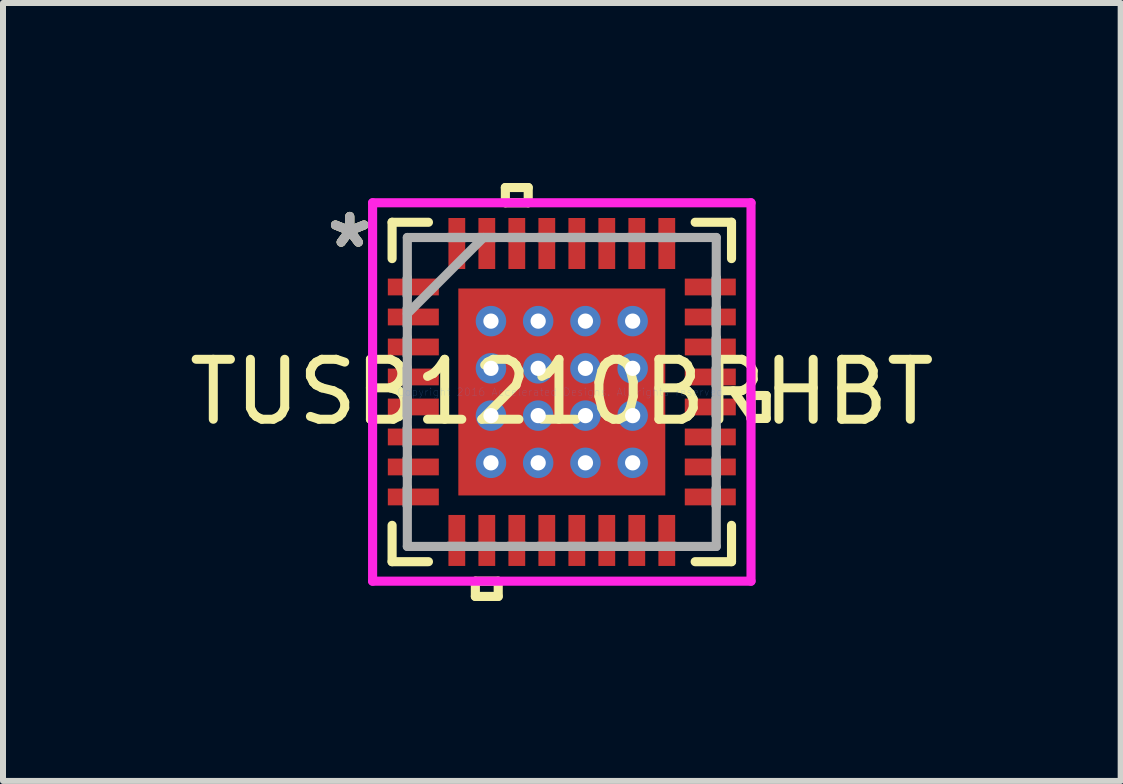
<source format=kicad_pcb>
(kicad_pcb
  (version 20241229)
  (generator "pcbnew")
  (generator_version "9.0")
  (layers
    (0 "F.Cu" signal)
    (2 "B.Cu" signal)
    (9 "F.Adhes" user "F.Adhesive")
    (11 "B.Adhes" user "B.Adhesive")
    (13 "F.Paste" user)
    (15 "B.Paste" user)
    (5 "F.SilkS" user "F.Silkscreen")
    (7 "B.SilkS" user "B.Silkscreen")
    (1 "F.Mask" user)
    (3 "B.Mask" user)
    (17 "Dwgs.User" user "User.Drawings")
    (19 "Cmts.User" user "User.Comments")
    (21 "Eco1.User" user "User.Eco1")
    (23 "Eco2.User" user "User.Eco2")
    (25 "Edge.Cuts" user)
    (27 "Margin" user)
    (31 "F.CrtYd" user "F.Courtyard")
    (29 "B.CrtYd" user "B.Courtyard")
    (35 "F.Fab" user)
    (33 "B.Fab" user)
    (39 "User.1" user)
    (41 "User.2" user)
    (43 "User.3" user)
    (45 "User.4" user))
  (footprint "TUSB1210BRHBT"
    (layer "F.Cu")
    (at 6.315 3.484)
    (property "Reference" "TUSB1210BRHBT" (at 0 0 0) (layer "F.SilkS") (effects (font (size 1 1) (thickness 0.15))))
    (attr through_hole)
    (fp_line (start -2.97 -1.96) (end -2.97 -1.54) (stroke (width 0.152) (type solid)) (layer "F.Mask"))
    (fp_line (start -2.97 -1.54) (end -1.98 -1.54) (stroke (width 0.152) (type solid)) (layer "F.Mask"))
    (fp_line (start -2.97 -1.46) (end -2.97 -1.04) (stroke (width 0.152) (type solid)) (layer "F.Mask"))
    (fp_line (start -2.97 -1.04) (end -1.98 -1.04) (stroke (width 0.152) (type solid)) (layer "F.Mask"))
    (fp_line (start -2.97 -0.96) (end -2.97 -0.54) (stroke (width 0.152) (type solid)) (layer "F.Mask"))
    (fp_line (start -2.97 -0.54) (end -1.98 -0.54) (stroke (width 0.152) (type solid)) (layer "F.Mask"))
    (fp_line (start -2.97 -0.46) (end -2.97 -0.04) (stroke (width 0.152) (type solid)) (layer "F.Mask"))
    (fp_line (start -2.97 -0.04) (end -1.98 -0.04) (stroke (width 0.152) (type solid)) (layer "F.Mask"))
    (fp_line (start -2.97 0.04) (end -2.97 0.46) (stroke (width 0.152) (type solid)) (layer "F.Mask"))
    (fp_line (start -2.97 0.46) (end -1.98 0.46) (stroke (width 0.152) (type solid)) (layer "F.Mask"))
    (fp_line (start -2.97 0.54) (end -2.97 0.96) (stroke (width 0.152) (type solid)) (layer "F.Mask"))
    (fp_line (start -2.97 0.96) (end -1.98 0.96) (stroke (width 0.152) (type solid)) (layer "F.Mask"))
    (fp_line (start -2.97 1.04) (end -2.97 1.46) (stroke (width 0.152) (type solid)) (layer "F.Mask"))
    (fp_line (start -2.97 1.46) (end -1.98 1.46) (stroke (width 0.152) (type solid)) (layer "F.Mask"))
    (fp_line (start -2.97 1.54) (end -2.97 1.96) (stroke (width 0.152) (type solid)) (layer "F.Mask"))
    (fp_line (start -2.97 1.96) (end -1.98 1.96) (stroke (width 0.152) (type solid)) (layer "F.Mask"))
    (fp_line (start -1.98 -1.96) (end -2.97 -1.96) (stroke (width 0.152) (type solid)) (layer "F.Mask"))
    (fp_line (start -1.98 -1.54) (end -1.98 -1.96) (stroke (width 0.152) (type solid)) (layer "F.Mask"))
    (fp_line (start -1.98 -1.46) (end -2.97 -1.46) (stroke (width 0.152) (type solid)) (layer "F.Mask"))
    (fp_line (start -1.98 -1.04) (end -1.98 -1.46) (stroke (width 0.152) (type solid)) (layer "F.Mask"))
    (fp_line (start -1.98 -0.96) (end -2.97 -0.96) (stroke (width 0.152) (type solid)) (layer "F.Mask"))
    (fp_line (start -1.98 -0.54) (end -1.98 -0.96) (stroke (width 0.152) (type solid)) (layer "F.Mask"))
    (fp_line (start -1.98 -0.46) (end -2.97 -0.46) (stroke (width 0.152) (type solid)) (layer "F.Mask"))
    (fp_line (start -1.98 -0.04) (end -1.98 -0.46) (stroke (width 0.152) (type solid)) (layer "F.Mask"))
    (fp_line (start -1.98 0.04) (end -2.97 0.04) (stroke (width 0.152) (type solid)) (layer "F.Mask"))
    (fp_line (start -1.98 0.46) (end -1.98 0.04) (stroke (width 0.152) (type solid)) (layer "F.Mask"))
    (fp_line (start -1.98 0.54) (end -2.97 0.54) (stroke (width 0.152) (type solid)) (layer "F.Mask"))
    (fp_line (start -1.98 0.96) (end -1.98 0.54) (stroke (width 0.152) (type solid)) (layer "F.Mask"))
    (fp_line (start -1.98 1.04) (end -2.97 1.04) (stroke (width 0.152) (type solid)) (layer "F.Mask"))
    (fp_line (start -1.98 1.46) (end -1.98 1.04) (stroke (width 0.152) (type solid)) (layer "F.Mask"))
    (fp_line (start -1.98 1.54) (end -2.97 1.54) (stroke (width 0.152) (type solid)) (layer "F.Mask"))
    (fp_line (start -1.98 1.96) (end -1.98 1.54) (stroke (width 0.152) (type solid)) (layer "F.Mask"))
    (fp_line (start -1.96 -2.97) (end -1.96 -1.98) (stroke (width 0.152) (type solid)) (layer "F.Mask"))
    (fp_line (start -1.96 -1.98) (end -1.541 -1.98) (stroke (width 0.152) (type solid)) (layer "F.Mask"))
    (fp_line (start -1.96 1.98) (end -1.96 2.97) (stroke (width 0.152) (type solid)) (layer "F.Mask"))
    (fp_line (start -1.96 2.97) (end -1.541 2.97) (stroke (width 0.152) (type solid)) (layer "F.Mask"))
    (fp_line (start -1.788 -1.788) (end -1.381 -1.788) (stroke (width 0.152) (type solid)) (layer "F.Mask"))
    (fp_line (start -1.788 -1.788) (end 1.788 -1.788) (stroke (width 0.152) (type solid)) (layer "F.Mask"))
    (fp_line (start -1.788 -1.381) (end -1.788 -1.788) (stroke (width 0.152) (type solid)) (layer "F.Mask"))
    (fp_line (start -1.788 -0.981) (end 1.788 -0.981) (stroke (width 0.152) (type solid)) (layer "F.Mask"))
    (fp_line (start -1.788 -0.594) (end -1.788 -0.981) (stroke (width 0.152) (type solid)) (layer "F.Mask"))
    (fp_line (start -1.788 -0.194) (end 1.788 -0.194) (stroke (width 0.152) (type solid)) (layer "F.Mask"))
    (fp_line (start -1.788 0.194) (end -1.788 -0.194) (stroke (width 0.152) (type solid)) (layer "F.Mask"))
    (fp_line (start -1.788 0.594) (end 1.788 0.594) (stroke (width 0.152) (type solid)) (layer "F.Mask"))
    (fp_line (start -1.788 0.981) (end -1.788 0.594) (stroke (width 0.152) (type solid)) (layer "F.Mask"))
    (fp_line (start -1.788 1.381) (end 1.788 1.381) (stroke (width 0.152) (type solid)) (layer "F.Mask"))
    (fp_line (start -1.788 1.788) (end -1.788 -1.788) (stroke (width 0.152) (type solid)) (layer "F.Mask"))
    (fp_line (start -1.788 1.788) (end -1.788 1.381) (stroke (width 0.152) (type solid)) (layer "F.Mask"))
    (fp_line (start -1.541 -2.97) (end -1.96 -2.97) (stroke (width 0.152) (type solid)) (layer "F.Mask"))
    (fp_line (start -1.541 -1.98) (end -1.541 -2.97) (stroke (width 0.152) (type solid)) (layer "F.Mask"))
    (fp_line (start -1.541 1.98) (end -1.96 1.98) (stroke (width 0.152) (type solid)) (layer "F.Mask"))
    (fp_line (start -1.541 2.97) (end -1.541 1.98) (stroke (width 0.152) (type solid)) (layer "F.Mask"))
    (fp_line (start -1.46 -2.97) (end -1.46 -1.98) (stroke (width 0.152) (type solid)) (layer "F.Mask"))
    (fp_line (start -1.46 -1.98) (end -1.041 -1.98) (stroke (width 0.152) (type solid)) (layer "F.Mask"))
    (fp_line (start -1.46 1.98) (end -1.46 2.97) (stroke (width 0.152) (type solid)) (layer "F.Mask"))
    (fp_line (start -1.46 2.97) (end -1.041 2.97) (stroke (width 0.152) (type solid)) (layer "F.Mask"))
    (fp_line (start -1.381 -1.788) (end -1.381 1.788) (stroke (width 0.152) (type solid)) (layer "F.Mask"))
    (fp_line (start -1.381 1.788) (end -1.788 1.788) (stroke (width 0.152) (type solid)) (layer "F.Mask"))
    (fp_line (start -1.041 -2.97) (end -1.46 -2.97) (stroke (width 0.152) (type solid)) (layer "F.Mask"))
    (fp_line (start -1.041 -1.98) (end -1.041 -2.97) (stroke (width 0.152) (type solid)) (layer "F.Mask"))
    (fp_line (start -1.041 1.98) (end -1.46 1.98) (stroke (width 0.152) (type solid)) (layer "F.Mask"))
    (fp_line (start -1.041 2.97) (end -1.041 1.98) (stroke (width 0.152) (type solid)) (layer "F.Mask"))
    (fp_line (start -0.981 -1.788) (end -0.981 1.788) (stroke (width 0.152) (type solid)) (layer "F.Mask"))
    (fp_line (start -0.981 1.788) (end -0.594 1.788) (stroke (width 0.152) (type solid)) (layer "F.Mask"))
    (fp_line (start -0.96 -2.97) (end -0.96 -1.98) (stroke (width 0.152) (type solid)) (layer "F.Mask"))
    (fp_line (start -0.96 -1.98) (end -0.541 -1.98) (stroke (width 0.152) (type solid)) (layer "F.Mask"))
    (fp_line (start -0.96 1.98) (end -0.96 2.97) (stroke (width 0.152) (type solid)) (layer "F.Mask"))
    (fp_line (start -0.96 2.97) (end -0.541 2.97) (stroke (width 0.152) (type solid)) (layer "F.Mask"))
    (fp_line (start -0.594 -1.788) (end -0.981 -1.788) (stroke (width 0.152) (type solid)) (layer "F.Mask"))
    (fp_line (start -0.594 1.788) (end -0.594 -1.788) (stroke (width 0.152) (type solid)) (layer "F.Mask"))
    (fp_line (start -0.541 -2.97) (end -0.96 -2.97) (stroke (width 0.152) (type solid)) (layer "F.Mask"))
    (fp_line (start -0.541 -1.98) (end -0.541 -2.97) (stroke (width 0.152) (type solid)) (layer "F.Mask"))
    (fp_line (start -0.541 1.98) (end -0.96 1.98) (stroke (width 0.152) (type solid)) (layer "F.Mask"))
    (fp_line (start -0.541 2.97) (end -0.541 1.98) (stroke (width 0.152) (type solid)) (layer "F.Mask"))
    (fp_line (start -0.46 -2.97) (end -0.46 -1.98) (stroke (width 0.152) (type solid)) (layer "F.Mask"))
    (fp_line (start -0.46 -1.98) (end -0.04 -1.98) (stroke (width 0.152) (type solid)) (layer "F.Mask"))
    (fp_line (start -0.46 1.98) (end -0.46 2.97) (stroke (width 0.152) (type solid)) (layer "F.Mask"))
    (fp_line (start -0.46 2.97) (end -0.04 2.97) (stroke (width 0.152) (type solid)) (layer "F.Mask"))
    (fp_line (start -0.194 -1.788) (end -0.194 1.788) (stroke (width 0.152) (type solid)) (layer "F.Mask"))
    (fp_line (start -0.194 1.788) (end 0.194 1.788) (stroke (width 0.152) (type solid)) (layer "F.Mask"))
    (fp_line (start -0.04 -2.97) (end -0.46 -2.97) (stroke (width 0.152) (type solid)) (layer "F.Mask"))
    (fp_line (start -0.04 -1.98) (end -0.04 -2.97) (stroke (width 0.152) (type solid)) (layer "F.Mask"))
    (fp_line (start -0.04 1.98) (end -0.46 1.98) (stroke (width 0.152) (type solid)) (layer "F.Mask"))
    (fp_line (start -0.04 2.97) (end -0.04 1.98) (stroke (width 0.152) (type solid)) (layer "F.Mask"))
    (fp_line (start 0.04 -2.97) (end 0.04 -1.98) (stroke (width 0.152) (type solid)) (layer "F.Mask"))
    (fp_line (start 0.04 -1.98) (end 0.46 -1.98) (stroke (width 0.152) (type solid)) (layer "F.Mask"))
    (fp_line (start 0.04 1.98) (end 0.04 2.97) (stroke (width 0.152) (type solid)) (layer "F.Mask"))
    (fp_line (start 0.04 2.97) (end 0.46 2.97) (stroke (width 0.152) (type solid)) (layer "F.Mask"))
    (fp_line (start 0.194 -1.788) (end -0.194 -1.788) (stroke (width 0.152) (type solid)) (layer "F.Mask"))
    (fp_line (start 0.194 1.788) (end 0.194 -1.788) (stroke (width 0.152) (type solid)) (layer "F.Mask"))
    (fp_line (start 0.46 -2.97) (end 0.04 -2.97) (stroke (width 0.152) (type solid)) (layer "F.Mask"))
    (fp_line (start 0.46 -1.98) (end 0.46 -2.97) (stroke (width 0.152) (type solid)) (layer "F.Mask"))
    (fp_line (start 0.46 1.98) (end 0.04 1.98) (stroke (width 0.152) (type solid)) (layer "F.Mask"))
    (fp_line (start 0.46 2.97) (end 0.46 1.98) (stroke (width 0.152) (type solid)) (layer "F.Mask"))
    (fp_line (start 0.541 -2.97) (end 0.541 -1.98) (stroke (width 0.152) (type solid)) (layer "F.Mask"))
    (fp_line (start 0.541 -1.98) (end 0.96 -1.98) (stroke (width 0.152) (type solid)) (layer "F.Mask"))
    (fp_line (start 0.541 1.98) (end 0.541 2.97) (stroke (width 0.152) (type solid)) (layer "F.Mask"))
    (fp_line (start 0.541 2.97) (end 0.96 2.97) (stroke (width 0.152) (type solid)) (layer "F.Mask"))
    (fp_line (start 0.594 -1.788) (end 0.594 1.788) (stroke (width 0.152) (type solid)) (layer "F.Mask"))
    (fp_line (start 0.594 1.788) (end 0.981 1.788) (stroke (width 0.152) (type solid)) (layer "F.Mask"))
    (fp_line (start 0.96 -2.97) (end 0.541 -2.97) (stroke (width 0.152) (type solid)) (layer "F.Mask"))
    (fp_line (start 0.96 -1.98) (end 0.96 -2.97) (stroke (width 0.152) (type solid)) (layer "F.Mask"))
    (fp_line (start 0.96 1.98) (end 0.541 1.98) (stroke (width 0.152) (type solid)) (layer "F.Mask"))
    (fp_line (start 0.96 2.97) (end 0.96 1.98) (stroke (width 0.152) (type solid)) (layer "F.Mask"))
    (fp_line (start 0.981 -1.788) (end 0.594 -1.788) (stroke (width 0.152) (type solid)) (layer "F.Mask"))
    (fp_line (start 0.981 1.788) (end 0.981 -1.788) (stroke (width 0.152) (type solid)) (layer "F.Mask"))
    (fp_line (start 1.041 -2.97) (end 1.041 -1.98) (stroke (width 0.152) (type solid)) (layer "F.Mask"))
    (fp_line (start 1.041 -1.98) (end 1.46 -1.98) (stroke (width 0.152) (type solid)) (layer "F.Mask"))
    (fp_line (start 1.041 1.98) (end 1.041 2.97) (stroke (width 0.152) (type solid)) (layer "F.Mask"))
    (fp_line (start 1.041 2.97) (end 1.46 2.97) (stroke (width 0.152) (type solid)) (layer "F.Mask"))
    (fp_line (start 1.381 -1.788) (end 1.788 -1.788) (stroke (width 0.152) (type solid)) (layer "F.Mask"))
    (fp_line (start 1.381 1.788) (end 1.381 -1.788) (stroke (width 0.152) (type solid)) (layer "F.Mask"))
    (fp_line (start 1.46 -2.97) (end 1.041 -2.97) (stroke (width 0.152) (type solid)) (layer "F.Mask"))
    (fp_line (start 1.46 -1.98) (end 1.46 -2.97) (stroke (width 0.152) (type solid)) (layer "F.Mask"))
    (fp_line (start 1.46 1.98) (end 1.041 1.98) (stroke (width 0.152) (type solid)) (layer "F.Mask"))
    (fp_line (start 1.46 2.97) (end 1.46 1.98) (stroke (width 0.152) (type solid)) (layer "F.Mask"))
    (fp_line (start 1.541 -2.97) (end 1.541 -1.98) (stroke (width 0.152) (type solid)) (layer "F.Mask"))
    (fp_line (start 1.541 -1.98) (end 1.96 -1.98) (stroke (width 0.152) (type solid)) (layer "F.Mask"))
    (fp_line (start 1.541 1.98) (end 1.541 2.97) (stroke (width 0.152) (type solid)) (layer "F.Mask"))
    (fp_line (start 1.541 2.97) (end 1.96 2.97) (stroke (width 0.152) (type solid)) (layer "F.Mask"))
    (fp_line (start 1.788 -1.788) (end 1.788 -1.381) (stroke (width 0.152) (type solid)) (layer "F.Mask"))
    (fp_line (start 1.788 -1.788) (end 1.788 1.788) (stroke (width 0.152) (type solid)) (layer "F.Mask"))
    (fp_line (start 1.788 -1.381) (end -1.788 -1.381) (stroke (width 0.152) (type solid)) (layer "F.Mask"))
    (fp_line (start 1.788 -0.981) (end 1.788 -0.594) (stroke (width 0.152) (type solid)) (layer "F.Mask"))
    (fp_line (start 1.788 -0.594) (end -1.788 -0.594) (stroke (width 0.152) (type solid)) (layer "F.Mask"))
    (fp_line (start 1.788 -0.194) (end 1.788 0.194) (stroke (width 0.152) (type solid)) (layer "F.Mask"))
    (fp_line (start 1.788 0.194) (end -1.788 0.194) (stroke (width 0.152) (type solid)) (layer "F.Mask"))
    (fp_line (start 1.788 0.594) (end 1.788 0.981) (stroke (width 0.152) (type solid)) (layer "F.Mask"))
    (fp_line (start 1.788 0.981) (end -1.788 0.981) (stroke (width 0.152) (type solid)) (layer "F.Mask"))
    (fp_line (start 1.788 1.381) (end 1.788 1.788) (stroke (width 0.152) (type solid)) (layer "F.Mask"))
    (fp_line (start 1.788 1.788) (end -1.788 1.788) (stroke (width 0.152) (type solid)) (layer "F.Mask"))
    (fp_line (start 1.788 1.788) (end 1.381 1.788) (stroke (width 0.152) (type solid)) (layer "F.Mask"))
    (fp_line (start 1.96 -2.97) (end 1.541 -2.97) (stroke (width 0.152) (type solid)) (layer "F.Mask"))
    (fp_line (start 1.96 -1.98) (end 1.96 -2.97) (stroke (width 0.152) (type solid)) (layer "F.Mask"))
    (fp_line (start 1.96 1.98) (end 1.541 1.98) (stroke (width 0.152) (type solid)) (layer "F.Mask"))
    (fp_line (start 1.96 2.97) (end 1.96 1.98) (stroke (width 0.152) (type solid)) (layer "F.Mask"))
    (fp_line (start 1.98 -1.96) (end 1.98 -1.54) (stroke (width 0.152) (type solid)) (layer "F.Mask"))
    (fp_line (start 1.98 -1.54) (end 2.97 -1.54) (stroke (width 0.152) (type solid)) (layer "F.Mask"))
    (fp_line (start 1.98 -1.46) (end 1.98 -1.04) (stroke (width 0.152) (type solid)) (layer "F.Mask"))
    (fp_line (start 1.98 -1.04) (end 2.97 -1.04) (stroke (width 0.152) (type solid)) (layer "F.Mask"))
    (fp_line (start 1.98 -0.96) (end 1.98 -0.54) (stroke (width 0.152) (type solid)) (layer "F.Mask"))
    (fp_line (start 1.98 -0.54) (end 2.97 -0.54) (stroke (width 0.152) (type solid)) (layer "F.Mask"))
    (fp_line (start 1.98 -0.46) (end 1.98 -0.04) (stroke (width 0.152) (type solid)) (layer "F.Mask"))
    (fp_line (start 1.98 -0.04) (end 2.97 -0.04) (stroke (width 0.152) (type solid)) (layer "F.Mask"))
    (fp_line (start 1.98 0.04) (end 1.98 0.46) (stroke (width 0.152) (type solid)) (layer "F.Mask"))
    (fp_line (start 1.98 0.46) (end 2.97 0.46) (stroke (width 0.152) (type solid)) (layer "F.Mask"))
    (fp_line (start 1.98 0.54) (end 1.98 0.96) (stroke (width 0.152) (type solid)) (layer "F.Mask"))
    (fp_line (start 1.98 0.96) (end 2.97 0.96) (stroke (width 0.152) (type solid)) (layer "F.Mask"))
    (fp_line (start 1.98 1.04) (end 1.98 1.46) (stroke (width 0.152) (type solid)) (layer "F.Mask"))
    (fp_line (start 1.98 1.46) (end 2.97 1.46) (stroke (width 0.152) (type solid)) (layer "F.Mask"))
    (fp_line (start 1.98 1.54) (end 1.98 1.96) (stroke (width 0.152) (type solid)) (layer "F.Mask"))
    (fp_line (start 1.98 1.96) (end 2.97 1.96) (stroke (width 0.152) (type solid)) (layer "F.Mask"))
    (fp_line (start 2.97 -1.96) (end 1.98 -1.96) (stroke (width 0.152) (type solid)) (layer "F.Mask"))
    (fp_line (start 2.97 -1.54) (end 2.97 -1.96) (stroke (width 0.152) (type solid)) (layer "F.Mask"))
    (fp_line (start 2.97 -1.46) (end 1.98 -1.46) (stroke (width 0.152) (type solid)) (layer "F.Mask"))
    (fp_line (start 2.97 -1.04) (end 2.97 -1.46) (stroke (width 0.152) (type solid)) (layer "F.Mask"))
    (fp_line (start 2.97 -0.96) (end 1.98 -0.96) (stroke (width 0.152) (type solid)) (layer "F.Mask"))
    (fp_line (start 2.97 -0.54) (end 2.97 -0.96) (stroke (width 0.152) (type solid)) (layer "F.Mask"))
    (fp_line (start 2.97 -0.46) (end 1.98 -0.46) (stroke (width 0.152) (type solid)) (layer "F.Mask"))
    (fp_line (start 2.97 -0.04) (end 2.97 -0.46) (stroke (width 0.152) (type solid)) (layer "F.Mask"))
    (fp_line (start 2.97 0.04) (end 1.98 0.04) (stroke (width 0.152) (type solid)) (layer "F.Mask"))
    (fp_line (start 2.97 0.46) (end 2.97 0.04) (stroke (width 0.152) (type solid)) (layer "F.Mask"))
    (fp_line (start 2.97 0.54) (end 1.98 0.54) (stroke (width 0.152) (type solid)) (layer "F.Mask"))
    (fp_line (start 2.97 0.96) (end 2.97 0.54) (stroke (width 0.152) (type solid)) (layer "F.Mask"))
    (fp_line (start 2.97 1.04) (end 1.98 1.04) (stroke (width 0.152) (type solid)) (layer "F.Mask"))
    (fp_line (start 2.97 1.46) (end 2.97 1.04) (stroke (width 0.152) (type solid)) (layer "F.Mask"))
    (fp_line (start 2.97 1.54) (end 1.98 1.54) (stroke (width 0.152) (type solid)) (layer "F.Mask"))
    (fp_line (start 2.97 1.96) (end 2.97 1.54) (stroke (width 0.152) (type solid)) (layer "F.Mask"))
    (fp_line (start -2.829 -2.829) (end -2.829 -2.223) (stroke (width 0.152) (type solid)) (layer "F.SilkS"))
    (fp_line (start -2.829 2.223) (end -2.829 2.829) (stroke (width 0.152) (type solid)) (layer "F.SilkS"))
    (fp_line (start -2.829 2.829) (end -2.223 2.829) (stroke (width 0.152) (type solid)) (layer "F.SilkS"))
    (fp_line (start -2.223 -2.829) (end -2.829 -2.829) (stroke (width 0.152) (type solid)) (layer "F.SilkS"))
    (fp_line (start -1.441 3.154) (end -1.441 3.408) (stroke (width 0.152) (type solid)) (layer "F.SilkS"))
    (fp_line (start -1.441 3.408) (end -1.06 3.408) (stroke (width 0.152) (type solid)) (layer "F.SilkS"))
    (fp_line (start -1.06 3.154) (end -1.441 3.154) (stroke (width 0.152) (type solid)) (layer "F.SilkS"))
    (fp_line (start -1.06 3.408) (end -1.06 3.154) (stroke (width 0.152) (type solid)) (layer "F.SilkS"))
    (fp_line (start -0.941 -3.408) (end -0.56 -3.408) (stroke (width 0.152) (type solid)) (layer "F.SilkS"))
    (fp_line (start -0.941 -3.154) (end -0.941 -3.408) (stroke (width 0.152) (type solid)) (layer "F.SilkS"))
    (fp_line (start -0.56 -3.408) (end -0.56 -3.154) (stroke (width 0.152) (type solid)) (layer "F.SilkS"))
    (fp_line (start -0.56 -3.154) (end -0.941 -3.154) (stroke (width 0.152) (type solid)) (layer "F.SilkS"))
    (fp_line (start 2.223 2.829) (end 2.829 2.829) (stroke (width 0.152) (type solid)) (layer "F.SilkS"))
    (fp_line (start 2.829 -2.829) (end 2.223 -2.829) (stroke (width 0.152) (type solid)) (layer "F.SilkS"))
    (fp_line (start 2.829 -2.223) (end 2.829 -2.829) (stroke (width 0.152) (type solid)) (layer "F.SilkS"))
    (fp_line (start 2.829 2.829) (end 2.829 2.223) (stroke (width 0.152) (type solid)) (layer "F.SilkS"))
    (fp_line (start 3.154 0.059) (end 3.408 0.059) (stroke (width 0.152) (type solid)) (layer "F.SilkS"))
    (fp_line (start 3.154 0.441) (end 3.154 0.059) (stroke (width 0.152) (type solid)) (layer "F.SilkS"))
    (fp_line (start 3.408 0.059) (end 3.408 0.441) (stroke (width 0.152) (type solid)) (layer "F.SilkS"))
    (fp_line (start 3.408 0.441) (end 3.154 0.441) (stroke (width 0.152) (type solid)) (layer "F.SilkS"))
    (fp_line (start -2.875 -1.865) (end -2.875 -1.635) (stroke (width 0.152) (type solid)) (layer "F.Paste"))
    (fp_line (start -2.875 -1.635) (end -2.075 -1.635) (stroke (width 0.152) (type solid)) (layer "F.Paste"))
    (fp_line (start -2.875 -1.365) (end -2.875 -1.135) (stroke (width 0.152) (type solid)) (layer "F.Paste"))
    (fp_line (start -2.875 -1.135) (end -2.075 -1.135) (stroke (width 0.152) (type solid)) (layer "F.Paste"))
    (fp_line (start -2.875 -0.865) (end -2.875 -0.635) (stroke (width 0.152) (type solid)) (layer "F.Paste"))
    (fp_line (start -2.875 -0.635) (end -2.075 -0.635) (stroke (width 0.152) (type solid)) (layer "F.Paste"))
    (fp_line (start -2.875 -0.365) (end -2.875 -0.135) (stroke (width 0.152) (type solid)) (layer "F.Paste"))
    (fp_line (start -2.875 -0.135) (end -2.075 -0.135) (stroke (width 0.152) (type solid)) (layer "F.Paste"))
    (fp_line (start -2.875 0.135) (end -2.875 0.365) (stroke (width 0.152) (type solid)) (layer "F.Paste"))
    (fp_line (start -2.875 0.365) (end -2.075 0.365) (stroke (width 0.152) (type solid)) (layer "F.Paste"))
    (fp_line (start -2.875 0.635) (end -2.875 0.865) (stroke (width 0.152) (type solid)) (layer "F.Paste"))
    (fp_line (start -2.875 0.865) (end -2.075 0.865) (stroke (width 0.152) (type solid)) (layer "F.Paste"))
    (fp_line (start -2.875 1.135) (end -2.875 1.365) (stroke (width 0.152) (type solid)) (layer "F.Paste"))
    (fp_line (start -2.875 1.365) (end -2.075 1.365) (stroke (width 0.152) (type solid)) (layer "F.Paste"))
    (fp_line (start -2.875 1.635) (end -2.875 1.865) (stroke (width 0.152) (type solid)) (layer "F.Paste"))
    (fp_line (start -2.875 1.865) (end -2.075 1.865) (stroke (width 0.152) (type solid)) (layer "F.Paste"))
    (fp_line (start -2.075 -1.865) (end -2.875 -1.865) (stroke (width 0.152) (type solid)) (layer "F.Paste"))
    (fp_line (start -2.075 -1.635) (end -2.075 -1.865) (stroke (width 0.152) (type solid)) (layer "F.Paste"))
    (fp_line (start -2.075 -1.365) (end -2.875 -1.365) (stroke (width 0.152) (type solid)) (layer "F.Paste"))
    (fp_line (start -2.075 -1.135) (end -2.075 -1.365) (stroke (width 0.152) (type solid)) (layer "F.Paste"))
    (fp_line (start -2.075 -0.865) (end -2.875 -0.865) (stroke (width 0.152) (type solid)) (layer "F.Paste"))
    (fp_line (start -2.075 -0.635) (end -2.075 -0.865) (stroke (width 0.152) (type solid)) (layer "F.Paste"))
    (fp_line (start -2.075 -0.365) (end -2.875 -0.365) (stroke (width 0.152) (type solid)) (layer "F.Paste"))
    (fp_line (start -2.075 -0.135) (end -2.075 -0.365) (stroke (width 0.152) (type solid)) (layer "F.Paste"))
    (fp_line (start -2.075 0.135) (end -2.875 0.135) (stroke (width 0.152) (type solid)) (layer "F.Paste"))
    (fp_line (start -2.075 0.365) (end -2.075 0.135) (stroke (width 0.152) (type solid)) (layer "F.Paste"))
    (fp_line (start -2.075 0.635) (end -2.875 0.635) (stroke (width 0.152) (type solid)) (layer "F.Paste"))
    (fp_line (start -2.075 0.865) (end -2.075 0.635) (stroke (width 0.152) (type solid)) (layer "F.Paste"))
    (fp_line (start -2.075 1.135) (end -2.875 1.135) (stroke (width 0.152) (type solid)) (layer "F.Paste"))
    (fp_line (start -2.075 1.365) (end -2.075 1.135) (stroke (width 0.152) (type solid)) (layer "F.Paste"))
    (fp_line (start -2.075 1.635) (end -2.875 1.635) (stroke (width 0.152) (type solid)) (layer "F.Paste"))
    (fp_line (start -2.075 1.865) (end -2.075 1.635) (stroke (width 0.152) (type solid)) (layer "F.Paste"))
    (fp_line (start -1.866 -2.875) (end -1.866 -2.075) (stroke (width 0.152) (type solid)) (layer "F.Paste"))
    (fp_line (start -1.866 -2.075) (end -1.635 -2.075) (stroke (width 0.152) (type solid)) (layer "F.Paste"))
    (fp_line (start -1.866 2.075) (end -1.866 2.875) (stroke (width 0.152) (type solid)) (layer "F.Paste"))
    (fp_line (start -1.866 2.875) (end -1.635 2.875) (stroke (width 0.152) (type solid)) (layer "F.Paste"))
    (fp_line (start -1.65 -1.65) (end -1.65 -1.281) (stroke (width 0.152) (type solid)) (layer "F.Paste"))
    (fp_line (start -1.65 -1.281) (end -1.423 -1.281) (stroke (width 0.152) (type solid)) (layer "F.Paste"))
    (fp_line (start -1.65 -1.081) (end -1.65 -0.494) (stroke (width 0.152) (type solid)) (layer "F.Paste"))
    (fp_line (start -1.65 -0.494) (end -1.423 -0.494) (stroke (width 0.152) (type solid)) (layer "F.Paste"))
    (fp_line (start -1.65 -0.294) (end -1.65 0.294) (stroke (width 0.152) (type solid)) (layer "F.Paste"))
    (fp_line (start -1.65 0.294) (end -1.423 0.294) (stroke (width 0.152) (type solid)) (layer "F.Paste"))
    (fp_line (start -1.65 0.494) (end -1.65 1.081) (stroke (width 0.152) (type solid)) (layer "F.Paste"))
    (fp_line (start -1.65 1.081) (end -1.423 1.081) (stroke (width 0.152) (type solid)) (layer "F.Paste"))
    (fp_line (start -1.65 1.281) (end -1.65 1.65) (stroke (width 0.152) (type solid)) (layer "F.Paste"))
    (fp_line (start -1.65 1.65) (end -1.281 1.65) (stroke (width 0.152) (type solid)) (layer "F.Paste"))
    (fp_line (start -1.635 -2.875) (end -1.866 -2.875) (stroke (width 0.152) (type solid)) (layer "F.Paste"))
    (fp_line (start -1.635 -2.075) (end -1.635 -2.875) (stroke (width 0.152) (type solid)) (layer "F.Paste"))
    (fp_line (start -1.635 2.075) (end -1.866 2.075) (stroke (width 0.152) (type solid)) (layer "F.Paste"))
    (fp_line (start -1.635 2.875) (end -1.635 2.075) (stroke (width 0.152) (type solid)) (layer "F.Paste"))
    (fp_line (start -1.423 -1.281) (end -1.423 -1.281) (stroke (width 0.152) (type solid)) (layer "F.Paste"))
    (fp_line (start -1.423 -1.281) (end -1.281 -1.423) (stroke (width 0.152) (type solid)) (layer "F.Paste"))
    (fp_line (start -1.423 -1.081) (end -1.65 -1.081) (stroke (width 0.152) (type solid)) (layer "F.Paste"))
    (fp_line (start -1.423 -1.081) (end -1.423 -1.081) (stroke (width 0.152) (type solid)) (layer "F.Paste"))
    (fp_line (start -1.423 -0.494) (end -1.423 -0.494) (stroke (width 0.152) (type solid)) (layer "F.Paste"))
    (fp_line (start -1.423 -0.494) (end -1.281 -0.635) (stroke (width 0.152) (type solid)) (layer "F.Paste"))
    (fp_line (start -1.423 -0.294) (end -1.65 -0.294) (stroke (width 0.152) (type solid)) (layer "F.Paste"))
    (fp_line (start -1.423 -0.294) (end -1.423 -0.294) (stroke (width 0.152) (type solid)) (layer "F.Paste"))
    (fp_line (start -1.423 0.294) (end -1.423 0.294) (stroke (width 0.152) (type solid)) (layer "F.Paste"))
    (fp_line (start -1.423 0.294) (end -1.281 0.152) (stroke (width 0.152) (type solid)) (layer "F.Paste"))
    (fp_line (start -1.423 0.494) (end -1.65 0.494) (stroke (width 0.152) (type solid)) (layer "F.Paste"))
    (fp_line (start -1.423 0.494) (end -1.423 0.494) (stroke (width 0.152) (type solid)) (layer "F.Paste"))
    (fp_line (start -1.423 1.081) (end -1.423 1.081) (stroke (width 0.152) (type solid)) (layer "F.Paste"))
    (fp_line (start -1.423 1.081) (end -1.281 0.94) (stroke (width 0.152) (type solid)) (layer "F.Paste"))
    (fp_line (start -1.423 1.281) (end -1.65 1.281) (stroke (width 0.152) (type solid)) (layer "F.Paste"))
    (fp_line (start -1.423 1.281) (end -1.423 1.281) (stroke (width 0.152) (type solid)) (layer "F.Paste"))
    (fp_line (start -1.365 -2.875) (end -1.365 -2.075) (stroke (width 0.152) (type solid)) (layer "F.Paste"))
    (fp_line (start -1.365 -2.075) (end -1.135 -2.075) (stroke (width 0.152) (type solid)) (layer "F.Paste"))
    (fp_line (start -1.365 2.075) (end -1.365 2.875) (stroke (width 0.152) (type solid)) (layer "F.Paste"))
    (fp_line (start -1.365 2.875) (end -1.135 2.875) (stroke (width 0.152) (type solid)) (layer "F.Paste"))
    (fp_line (start -1.281 -1.65) (end -1.65 -1.65) (stroke (width 0.152) (type solid)) (layer "F.Paste"))
    (fp_line (start -1.281 -1.423) (end -1.281 -1.65) (stroke (width 0.152) (type solid)) (layer "F.Paste"))
    (fp_line (start -1.281 -1.423) (end -1.281 -1.423) (stroke (width 0.152) (type solid)) (layer "F.Paste"))
    (fp_line (start -1.281 -0.94) (end -1.423 -1.081) (stroke (width 0.152) (type solid)) (layer "F.Paste"))
    (fp_line (start -1.281 -0.94) (end -1.281 -0.94) (stroke (width 0.152) (type solid)) (layer "F.Paste"))
    (fp_line (start -1.281 -0.635) (end -1.281 -0.94) (stroke (width 0.152) (type solid)) (layer "F.Paste"))
    (fp_line (start -1.281 -0.635) (end -1.281 -0.635) (stroke (width 0.152) (type solid)) (layer "F.Paste"))
    (fp_line (start -1.281 -0.152) (end -1.423 -0.294) (stroke (width 0.152) (type solid)) (layer "F.Paste"))
    (fp_line (start -1.281 -0.152) (end -1.281 -0.152) (stroke (width 0.152) (type solid)) (layer "F.Paste"))
    (fp_line (start -1.281 0.152) (end -1.281 -0.152) (stroke (width 0.152) (type solid)) (layer "F.Paste"))
    (fp_line (start -1.281 0.152) (end -1.281 0.152) (stroke (width 0.152) (type solid)) (layer "F.Paste"))
    (fp_line (start -1.281 0.635) (end -1.423 0.494) (stroke (width 0.152) (type solid)) (layer "F.Paste"))
    (fp_line (start -1.281 0.635) (end -1.281 0.635) (stroke (width 0.152) (type solid)) (layer "F.Paste"))
    (fp_line (start -1.281 0.94) (end -1.281 0.635) (stroke (width 0.152) (type solid)) (layer "F.Paste"))
    (fp_line (start -1.281 0.94) (end -1.281 0.94) (stroke (width 0.152) (type solid)) (layer "F.Paste"))
    (fp_line (start -1.281 1.423) (end -1.423 1.281) (stroke (width 0.152) (type solid)) (layer "F.Paste"))
    (fp_line (start -1.281 1.423) (end -1.281 1.423) (stroke (width 0.152) (type solid)) (layer "F.Paste"))
    (fp_line (start -1.281 1.65) (end -1.281 1.423) (stroke (width 0.152) (type solid)) (layer "F.Paste"))
    (fp_line (start -1.135 -2.875) (end -1.365 -2.875) (stroke (width 0.152) (type solid)) (layer "F.Paste"))
    (fp_line (start -1.135 -2.075) (end -1.135 -2.875) (stroke (width 0.152) (type solid)) (layer "F.Paste"))
    (fp_line (start -1.135 2.075) (end -1.365 2.075) (stroke (width 0.152) (type solid)) (layer "F.Paste"))
    (fp_line (start -1.135 2.875) (end -1.135 2.075) (stroke (width 0.152) (type solid)) (layer "F.Paste"))
    (fp_line (start -1.081 -1.65) (end -1.081 -1.423) (stroke (width 0.152) (type solid)) (layer "F.Paste"))
    (fp_line (start -1.081 -1.423) (end -1.081 -1.423) (stroke (width 0.152) (type solid)) (layer "F.Paste"))
    (fp_line (start -1.081 -1.423) (end -0.94 -1.281) (stroke (width 0.152) (type solid)) (layer "F.Paste"))
    (fp_line (start -1.081 -0.94) (end -1.081 -0.94) (stroke (width 0.152) (type solid)) (layer "F.Paste"))
    (fp_line (start -1.081 -0.94) (end -1.081 -0.635) (stroke (width 0.152) (type solid)) (layer "F.Paste"))
    (fp_line (start -1.081 -0.635) (end -1.081 -0.635) (stroke (width 0.152) (type solid)) (layer "F.Paste"))
    (fp_line (start -1.081 -0.635) (end -0.94 -0.494) (stroke (width 0.152) (type solid)) (layer "F.Paste"))
    (fp_line (start -1.081 -0.152) (end -1.081 -0.152) (stroke (width 0.152) (type solid)) (layer "F.Paste"))
    (fp_line (start -1.081 -0.152) (end -1.081 0.152) (stroke (width 0.152) (type solid)) (layer "F.Paste"))
    (fp_line (start -1.081 0.152) (end -1.081 0.152) (stroke (width 0.152) (type solid)) (layer "F.Paste"))
    (fp_line (start -1.081 0.152) (end -0.94 0.294) (stroke (width 0.152) (type solid)) (layer "F.Paste"))
    (fp_line (start -1.081 0.635) (end -1.081 0.635) (stroke (width 0.152) (type solid)) (layer "F.Paste"))
    (fp_line (start -1.081 0.635) (end -1.081 0.94) (stroke (width 0.152) (type solid)) (layer "F.Paste"))
    (fp_line (start -1.081 0.94) (end -1.081 0.94) (stroke (width 0.152) (type solid)) (layer "F.Paste"))
    (fp_line (start -1.081 0.94) (end -0.94 1.081) (stroke (width 0.152) (type solid)) (layer "F.Paste"))
    (fp_line (start -1.081 1.423) (end -1.081 1.423) (stroke (width 0.152) (type solid)) (layer "F.Paste"))
    (fp_line (start -1.081 1.423) (end -1.081 1.65) (stroke (width 0.152) (type solid)) (layer "F.Paste"))
    (fp_line (start -1.081 1.65) (end -0.494 1.65) (stroke (width 0.152) (type solid)) (layer "F.Paste"))
    (fp_line (start -0.94 -1.281) (end -0.94 -1.281) (stroke (width 0.152) (type solid)) (layer "F.Paste"))
    (fp_line (start -0.94 -1.281) (end -0.635 -1.281) (stroke (width 0.152) (type solid)) (layer "F.Paste"))
    (fp_line (start -0.94 -1.081) (end -1.081 -0.94) (stroke (width 0.152) (type solid)) (layer "F.Paste"))
    (fp_line (start -0.94 -1.081) (end -0.94 -1.081) (stroke (width 0.152) (type solid)) (layer "F.Paste"))
    (fp_line (start -0.94 -0.494) (end -0.94 -0.494) (stroke (width 0.152) (type solid)) (layer "F.Paste"))
    (fp_line (start -0.94 -0.494) (end -0.635 -0.494) (stroke (width 0.152) (type solid)) (layer "F.Paste"))
    (fp_line (start -0.94 -0.294) (end -1.081 -0.152) (stroke (width 0.152) (type solid)) (layer "F.Paste"))
    (fp_line (start -0.94 -0.294) (end -0.94 -0.294) (stroke (width 0.152) (type solid)) (layer "F.Paste"))
    (fp_line (start -0.94 0.294) (end -0.94 0.294) (stroke (width 0.152) (type solid)) (layer "F.Paste"))
    (fp_line (start -0.94 0.294) (end -0.635 0.294) (stroke (width 0.152) (type solid)) (layer "F.Paste"))
    (fp_line (start -0.94 0.494) (end -1.081 0.635) (stroke (width 0.152) (type solid)) (layer "F.Paste"))
    (fp_line (start -0.94 0.494) (end -0.94 0.494) (stroke (width 0.152) (type solid)) (layer "F.Paste"))
    (fp_line (start -0.94 1.081) (end -0.94 1.081) (stroke (width 0.152) (type solid)) (layer "F.Paste"))
    (fp_line (start -0.94 1.081) (end -0.635 1.081) (stroke (width 0.152) (type solid)) (layer "F.Paste"))
    (fp_line (start -0.94 1.281) (end -1.081 1.423) (stroke (width 0.152) (type solid)) (layer "F.Paste"))
    (fp_line (start -0.94 1.281) (end -0.94 1.281) (stroke (width 0.152) (type solid)) (layer "F.Paste"))
    (fp_line (start -0.865 -2.875) (end -0.865 -2.075) (stroke (width 0.152) (type solid)) (layer "F.Paste"))
    (fp_line (start -0.865 -2.075) (end -0.635 -2.075) (stroke (width 0.152) (type solid)) (layer "F.Paste"))
    (fp_line (start -0.865 2.075) (end -0.865 2.875) (stroke (width 0.152) (type solid)) (layer "F.Paste"))
    (fp_line (start -0.865 2.875) (end -0.635 2.875) (stroke (width 0.152) (type solid)) (layer "F.Paste"))
    (fp_line (start -0.635 -1.281) (end -0.635 -1.281) (stroke (width 0.152) (type solid)) (layer "F.Paste"))
    (fp_line (start -0.635 -1.281) (end -0.494 -1.423) (stroke (width 0.152) (type solid)) (layer "F.Paste"))
    (fp_line (start -0.635 -1.081) (end -0.94 -1.081) (stroke (width 0.152) (type solid)) (layer "F.Paste"))
    (fp_line (start -0.635 -1.081) (end -0.635 -1.081) (stroke (width 0.152) (type solid)) (layer "F.Paste"))
    (fp_line (start -0.635 -0.494) (end -0.635 -0.494) (stroke (width 0.152) (type solid)) (layer "F.Paste"))
    (fp_line (start -0.635 -0.494) (end -0.494 -0.635) (stroke (width 0.152) (type solid)) (layer "F.Paste"))
    (fp_line (start -0.635 -0.294) (end -0.94 -0.294) (stroke (width 0.152) (type solid)) (layer "F.Paste"))
    (fp_line (start -0.635 -0.294) (end -0.635 -0.294) (stroke (width 0.152) (type solid)) (layer "F.Paste"))
    (fp_line (start -0.635 0.294) (end -0.635 0.294) (stroke (width 0.152) (type solid)) (layer "F.Paste"))
    (fp_line (start -0.635 0.294) (end -0.494 0.152) (stroke (width 0.152) (type solid)) (layer "F.Paste"))
    (fp_line (start -0.635 0.494) (end -0.94 0.494) (stroke (width 0.152) (type solid)) (layer "F.Paste"))
    (fp_line (start -0.635 0.494) (end -0.635 0.494) (stroke (width 0.152) (type solid)) (layer "F.Paste"))
    (fp_line (start -0.635 1.081) (end -0.635 1.081) (stroke (width 0.152) (type solid)) (layer "F.Paste"))
    (fp_line (start -0.635 1.081) (end -0.494 0.94) (stroke (width 0.152) (type solid)) (layer "F.Paste"))
    (fp_line (start -0.635 1.281) (end -0.94 1.281) (stroke (width 0.152) (type solid)) (layer "F.Paste"))
    (fp_line (start -0.635 1.281) (end -0.635 1.281) (stroke (width 0.152) (type solid)) (layer "F.Paste"))
    (fp_line (start -0.635 -2.875) (end -0.865 -2.875) (stroke (width 0.152) (type solid)) (layer "F.Paste"))
    (fp_line (start -0.635 -2.075) (end -0.635 -2.875) (stroke (width 0.152) (type solid)) (layer "F.Paste"))
    (fp_line (start -0.635 2.075) (end -0.865 2.075) (stroke (width 0.152) (type solid)) (layer "F.Paste"))
    (fp_line (start -0.635 2.875) (end -0.635 2.075) (stroke (width 0.152) (type solid)) (layer "F.Paste"))
    (fp_line (start -0.494 -1.65) (end -1.081 -1.65) (stroke (width 0.152) (type solid)) (layer "F.Paste"))
    (fp_line (start -0.494 -1.423) (end -0.494 -1.65) (stroke (width 0.152) (type solid)) (layer "F.Paste"))
    (fp_line (start -0.494 -1.423) (end -0.494 -1.423) (stroke (width 0.152) (type solid)) (layer "F.Paste"))
    (fp_line (start -0.494 -0.94) (end -0.635 -1.081) (stroke (width 0.152) (type solid)) (layer "F.Paste"))
    (fp_line (start -0.494 -0.94) (end -0.494 -0.94) (stroke (width 0.152) (type solid)) (layer "F.Paste"))
    (fp_line (start -0.494 -0.635) (end -0.494 -0.94) (stroke (width 0.152) (type solid)) (layer "F.Paste"))
    (fp_line (start -0.494 -0.635) (end -0.494 -0.635) (stroke (width 0.152) (type solid)) (layer "F.Paste"))
    (fp_line (start -0.494 -0.152) (end -0.635 -0.294) (stroke (width 0.152) (type solid)) (layer "F.Paste"))
    (fp_line (start -0.494 -0.152) (end -0.494 -0.152) (stroke (width 0.152) (type solid)) (layer "F.Paste"))
    (fp_line (start -0.494 0.152) (end -0.494 -0.152) (stroke (width 0.152) (type solid)) (layer "F.Paste"))
    (fp_line (start -0.494 0.152) (end -0.494 0.152) (stroke (width 0.152) (type solid)) (layer "F.Paste"))
    (fp_line (start -0.494 0.635) (end -0.635 0.494) (stroke (width 0.152) (type solid)) (layer "F.Paste"))
    (fp_line (start -0.494 0.635) (end -0.494 0.635) (stroke (width 0.152) (type solid)) (layer "F.Paste"))
    (fp_line (start -0.494 0.94) (end -0.494 0.635) (stroke (width 0.152) (type solid)) (layer "F.Paste"))
    (fp_line (start -0.494 0.94) (end -0.494 0.94) (stroke (width 0.152) (type solid)) (layer "F.Paste"))
    (fp_line (start -0.494 1.423) (end -0.635 1.281) (stroke (width 0.152) (type solid)) (layer "F.Paste"))
    (fp_line (start -0.494 1.423) (end -0.494 1.423) (stroke (width 0.152) (type solid)) (layer "F.Paste"))
    (fp_line (start -0.494 1.65) (end -0.494 1.423) (stroke (width 0.152) (type solid)) (layer "F.Paste"))
    (fp_line (start -0.365 -2.875) (end -0.365 -2.075) (stroke (width 0.152) (type solid)) (layer "F.Paste"))
    (fp_line (start -0.365 -2.075) (end -0.135 -2.075) (stroke (width 0.152) (type solid)) (layer "F.Paste"))
    (fp_line (start -0.365 2.075) (end -0.365 2.875) (stroke (width 0.152) (type solid)) (layer "F.Paste"))
    (fp_line (start -0.365 2.875) (end -0.135 2.875) (stroke (width 0.152) (type solid)) (layer "F.Paste"))
    (fp_line (start -0.294 -1.65) (end -0.294 -1.423) (stroke (width 0.152) (type solid)) (layer "F.Paste"))
    (fp_line (start -0.294 -1.423) (end -0.294 -1.423) (stroke (width 0.152) (type solid)) (layer "F.Paste"))
    (fp_line (start -0.294 -1.423) (end -0.152 -1.281) (stroke (width 0.152) (type solid)) (layer "F.Paste"))
    (fp_line (start -0.294 -0.94) (end -0.294 -0.94) (stroke (width 0.152) (type solid)) (layer "F.Paste"))
    (fp_line (start -0.294 -0.94) (end -0.294 -0.635) (stroke (width 0.152) (type solid)) (layer "F.Paste"))
    (fp_line (start -0.294 -0.635) (end -0.294 -0.635) (stroke (width 0.152) (type solid)) (layer "F.Paste"))
    (fp_line (start -0.294 -0.635) (end -0.152 -0.494) (stroke (width 0.152) (type solid)) (layer "F.Paste"))
    (fp_line (start -0.294 -0.152) (end -0.294 -0.152) (stroke (width 0.152) (type solid)) (layer "F.Paste"))
    (fp_line (start -0.294 -0.152) (end -0.294 0.152) (stroke (width 0.152) (type solid)) (layer "F.Paste"))
    (fp_line (start -0.294 0.152) (end -0.294 0.152) (stroke (width 0.152) (type solid)) (layer "F.Paste"))
    (fp_line (start -0.294 0.152) (end -0.152 0.294) (stroke (width 0.152) (type solid)) (layer "F.Paste"))
    (fp_line (start -0.294 0.635) (end -0.294 0.635) (stroke (width 0.152) (type solid)) (layer "F.Paste"))
    (fp_line (start -0.294 0.635) (end -0.294 0.94) (stroke (width 0.152) (type solid)) (layer "F.Paste"))
    (fp_line (start -0.294 0.94) (end -0.294 0.94) (stroke (width 0.152) (type solid)) (layer "F.Paste"))
    (fp_line (start -0.294 0.94) (end -0.152 1.081) (stroke (width 0.152) (type solid)) (layer "F.Paste"))
    (fp_line (start -0.294 1.423) (end -0.294 1.423) (stroke (width 0.152) (type solid)) (layer "F.Paste"))
    (fp_line (start -0.294 1.423) (end -0.294 1.65) (stroke (width 0.152) (type solid)) (layer "F.Paste"))
    (fp_line (start -0.294 1.65) (end 0.294 1.65) (stroke (width 0.152) (type solid)) (layer "F.Paste"))
    (fp_line (start -0.152 -1.281) (end -0.152 -1.281) (stroke (width 0.152) (type solid)) (layer "F.Paste"))
    (fp_line (start -0.152 -1.281) (end 0.152 -1.281) (stroke (width 0.152) (type solid)) (layer "F.Paste"))
    (fp_line (start -0.152 -1.081) (end -0.294 -0.94) (stroke (width 0.152) (type solid)) (layer "F.Paste"))
    (fp_line (start -0.152 -1.081) (end -0.152 -1.081) (stroke (width 0.152) (type solid)) (layer "F.Paste"))
    (fp_line (start -0.152 -0.494) (end -0.152 -0.494) (stroke (width 0.152) (type solid)) (layer "F.Paste"))
    (fp_line (start -0.152 -0.494) (end 0.152 -0.494) (stroke (width 0.152) (type solid)) (layer "F.Paste"))
    (fp_line (start -0.152 -0.294) (end -0.294 -0.152) (stroke (width 0.152) (type solid)) (layer "F.Paste"))
    (fp_line (start -0.152 -0.294) (end -0.152 -0.294) (stroke (width 0.152) (type solid)) (layer "F.Paste"))
    (fp_line (start -0.152 0.294) (end -0.152 0.294) (stroke (width 0.152) (type solid)) (layer "F.Paste"))
    (fp_line (start -0.152 0.294) (end 0.152 0.294) (stroke (width 0.152) (type solid)) (layer "F.Paste"))
    (fp_line (start -0.152 0.494) (end -0.294 0.635) (stroke (width 0.152) (type solid)) (layer "F.Paste"))
    (fp_line (start -0.152 0.494) (end -0.152 0.494) (stroke (width 0.152) (type solid)) (layer "F.Paste"))
    (fp_line (start -0.152 1.081) (end -0.152 1.081) (stroke (width 0.152) (type solid)) (layer "F.Paste"))
    (fp_line (start -0.152 1.081) (end 0.152 1.081) (stroke (width 0.152) (type solid)) (layer "F.Paste"))
    (fp_line (start -0.152 1.281) (end -0.294 1.423) (stroke (width 0.152) (type solid)) (layer "F.Paste"))
    (fp_line (start -0.152 1.281) (end -0.152 1.281) (stroke (width 0.152) (type solid)) (layer "F.Paste"))
    (fp_line (start -0.135 -2.875) (end -0.365 -2.875) (stroke (width 0.152) (type solid)) (layer "F.Paste"))
    (fp_line (start -0.135 -2.075) (end -0.135 -2.875) (stroke (width 0.152) (type solid)) (layer "F.Paste"))
    (fp_line (start -0.135 2.075) (end -0.365 2.075) (stroke (width 0.152) (type solid)) (layer "F.Paste"))
    (fp_line (start -0.135 2.875) (end -0.135 2.075) (stroke (width 0.152) (type solid)) (layer "F.Paste"))
    (fp_line (start 0.135 -2.875) (end 0.135 -2.075) (stroke (width 0.152) (type solid)) (layer "F.Paste"))
    (fp_line (start 0.135 -2.075) (end 0.365 -2.075) (stroke (width 0.152) (type solid)) (layer "F.Paste"))
    (fp_line (start 0.135 2.075) (end 0.135 2.875) (stroke (width 0.152) (type solid)) (layer "F.Paste"))
    (fp_line (start 0.135 2.875) (end 0.365 2.875) (stroke (width 0.152) (type solid)) (layer "F.Paste"))
    (fp_line (start 0.152 -1.281) (end 0.152 -1.281) (stroke (width 0.152) (type solid)) (layer "F.Paste"))
    (fp_line (start 0.152 -1.281) (end 0.294 -1.423) (stroke (width 0.152) (type solid)) (layer "F.Paste"))
    (fp_line (start 0.152 -1.081) (end -0.152 -1.081) (stroke (width 0.152) (type solid)) (layer "F.Paste"))
    (fp_line (start 0.152 -1.081) (end 0.152 -1.081) (stroke (width 0.152) (type solid)) (layer "F.Paste"))
    (fp_line (start 0.152 -0.494) (end 0.152 -0.494) (stroke (width 0.152) (type solid)) (layer "F.Paste"))
    (fp_line (start 0.152 -0.494) (end 0.294 -0.635) (stroke (width 0.152) (type solid)) (layer "F.Paste"))
    (fp_line (start 0.152 -0.294) (end -0.152 -0.294) (stroke (width 0.152) (type solid)) (layer "F.Paste"))
    (fp_line (start 0.152 -0.294) (end 0.152 -0.294) (stroke (width 0.152) (type solid)) (layer "F.Paste"))
    (fp_line (start 0.152 0.294) (end 0.152 0.294) (stroke (width 0.152) (type solid)) (layer "F.Paste"))
    (fp_line (start 0.152 0.294) (end 0.294 0.152) (stroke (width 0.152) (type solid)) (layer "F.Paste"))
    (fp_line (start 0.152 0.494) (end -0.152 0.494) (stroke (width 0.152) (type solid)) (layer "F.Paste"))
    (fp_line (start 0.152 0.494) (end 0.152 0.494) (stroke (width 0.152) (type solid)) (layer "F.Paste"))
    (fp_line (start 0.152 1.081) (end 0.152 1.081) (stroke (width 0.152) (type solid)) (layer "F.Paste"))
    (fp_line (start 0.152 1.081) (end 0.294 0.94) (stroke (width 0.152) (type solid)) (layer "F.Paste"))
    (fp_line (start 0.152 1.281) (end -0.152 1.281) (stroke (width 0.152) (type solid)) (layer "F.Paste"))
    (fp_line (start 0.152 1.281) (end 0.152 1.281) (stroke (width 0.152) (type solid)) (layer "F.Paste"))
    (fp_line (start 0.294 -1.65) (end -0.294 -1.65) (stroke (width 0.152) (type solid)) (layer "F.Paste"))
    (fp_line (start 0.294 -1.423) (end 0.294 -1.65) (stroke (width 0.152) (type solid)) (layer "F.Paste"))
    (fp_line (start 0.294 -1.423) (end 0.294 -1.423) (stroke (width 0.152) (type solid)) (layer "F.Paste"))
    (fp_line (start 0.294 -0.94) (end 0.152 -1.081) (stroke (width 0.152) (type solid)) (layer "F.Paste"))
    (fp_line (start 0.294 -0.94) (end 0.294 -0.94) (stroke (width 0.152) (type solid)) (layer "F.Paste"))
    (fp_line (start 0.294 -0.635) (end 0.294 -0.94) (stroke (width 0.152) (type solid)) (layer "F.Paste"))
    (fp_line (start 0.294 -0.635) (end 0.294 -0.635) (stroke (width 0.152) (type solid)) (layer "F.Paste"))
    (fp_line (start 0.294 -0.152) (end 0.152 -0.294) (stroke (width 0.152) (type solid)) (layer "F.Paste"))
    (fp_line (start 0.294 -0.152) (end 0.294 -0.152) (stroke (width 0.152) (type solid)) (layer "F.Paste"))
    (fp_line (start 0.294 0.152) (end 0.294 -0.152) (stroke (width 0.152) (type solid)) (layer "F.Paste"))
    (fp_line (start 0.294 0.152) (end 0.294 0.152) (stroke (width 0.152) (type solid)) (layer "F.Paste"))
    (fp_line (start 0.294 0.635) (end 0.152 0.494) (stroke (width 0.152) (type solid)) (layer "F.Paste"))
    (fp_line (start 0.294 0.635) (end 0.294 0.635) (stroke (width 0.152) (type solid)) (layer "F.Paste"))
    (fp_line (start 0.294 0.94) (end 0.294 0.635) (stroke (width 0.152) (type solid)) (layer "F.Paste"))
    (fp_line (start 0.294 0.94) (end 0.294 0.94) (stroke (width 0.152) (type solid)) (layer "F.Paste"))
    (fp_line (start 0.294 1.423) (end 0.152 1.281) (stroke (width 0.152) (type solid)) (layer "F.Paste"))
    (fp_line (start 0.294 1.423) (end 0.294 1.423) (stroke (width 0.152) (type solid)) (layer "F.Paste"))
    (fp_line (start 0.294 1.65) (end 0.294 1.423) (stroke (width 0.152) (type solid)) (layer "F.Paste"))
    (fp_line (start 0.365 -2.875) (end 0.135 -2.875) (stroke (width 0.152) (type solid)) (layer "F.Paste"))
    (fp_line (start 0.365 -2.075) (end 0.365 -2.875) (stroke (width 0.152) (type solid)) (layer "F.Paste"))
    (fp_line (start 0.365 2.075) (end 0.135 2.075) (stroke (width 0.152) (type solid)) (layer "F.Paste"))
    (fp_line (start 0.365 2.875) (end 0.365 2.075) (stroke (width 0.152) (type solid)) (layer "F.Paste"))
    (fp_line (start 0.494 -1.65) (end 0.494 -1.423) (stroke (width 0.152) (type solid)) (layer "F.Paste"))
    (fp_line (start 0.494 -1.423) (end 0.494 -1.423) (stroke (width 0.152) (type solid)) (layer "F.Paste"))
    (fp_line (start 0.494 -1.423) (end 0.635 -1.281) (stroke (width 0.152) (type solid)) (layer "F.Paste"))
    (fp_line (start 0.494 -0.94) (end 0.494 -0.94) (stroke (width 0.152) (type solid)) (layer "F.Paste"))
    (fp_line (start 0.494 -0.94) (end 0.494 -0.635) (stroke (width 0.152) (type solid)) (layer "F.Paste"))
    (fp_line (start 0.494 -0.635) (end 0.494 -0.635) (stroke (width 0.152) (type solid)) (layer "F.Paste"))
    (fp_line (start 0.494 -0.635) (end 0.635 -0.494) (stroke (width 0.152) (type solid)) (layer "F.Paste"))
    (fp_line (start 0.494 -0.152) (end 0.494 -0.152) (stroke (width 0.152) (type solid)) (layer "F.Paste"))
    (fp_line (start 0.494 -0.152) (end 0.494 0.152) (stroke (width 0.152) (type solid)) (layer "F.Paste"))
    (fp_line (start 0.494 0.152) (end 0.494 0.152) (stroke (width 0.152) (type solid)) (layer "F.Paste"))
    (fp_line (start 0.494 0.152) (end 0.635 0.294) (stroke (width 0.152) (type solid)) (layer "F.Paste"))
    (fp_line (start 0.494 0.635) (end 0.494 0.635) (stroke (width 0.152) (type solid)) (layer "F.Paste"))
    (fp_line (start 0.494 0.635) (end 0.494 0.94) (stroke (width 0.152) (type solid)) (layer "F.Paste"))
    (fp_line (start 0.494 0.94) (end 0.494 0.94) (stroke (width 0.152) (type solid)) (layer "F.Paste"))
    (fp_line (start 0.494 0.94) (end 0.635 1.081) (stroke (width 0.152) (type solid)) (layer "F.Paste"))
    (fp_line (start 0.494 1.423) (end 0.494 1.423) (stroke (width 0.152) (type solid)) (layer "F.Paste"))
    (fp_line (start 0.494 1.423) (end 0.494 1.65) (stroke (width 0.152) (type solid)) (layer "F.Paste"))
    (fp_line (start 0.494 1.65) (end 1.081 1.65) (stroke (width 0.152) (type solid)) (layer "F.Paste"))
    (fp_line (start 0.635 -2.875) (end 0.635 -2.075) (stroke (width 0.152) (type solid)) (layer "F.Paste"))
    (fp_line (start 0.635 -2.075) (end 0.865 -2.075) (stroke (width 0.152) (type solid)) (layer "F.Paste"))
    (fp_line (start 0.635 2.075) (end 0.635 2.875) (stroke (width 0.152) (type solid)) (layer "F.Paste"))
    (fp_line (start 0.635 2.875) (end 0.865 2.875) (stroke (width 0.152) (type solid)) (layer "F.Paste"))
    (fp_line (start 0.635 -1.281) (end 0.635 -1.281) (stroke (width 0.152) (type solid)) (layer "F.Paste"))
    (fp_line (start 0.635 -1.281) (end 0.94 -1.281) (stroke (width 0.152) (type solid)) (layer "F.Paste"))
    (fp_line (start 0.635 -1.081) (end 0.494 -0.94) (stroke (width 0.152) (type solid)) (layer "F.Paste"))
    (fp_line (start 0.635 -1.081) (end 0.635 -1.081) (stroke (width 0.152) (type solid)) (layer "F.Paste"))
    (fp_line (start 0.635 -0.494) (end 0.635 -0.494) (stroke (width 0.152) (type solid)) (layer "F.Paste"))
    (fp_line (start 0.635 -0.494) (end 0.94 -0.494) (stroke (width 0.152) (type solid)) (layer "F.Paste"))
    (fp_line (start 0.635 -0.294) (end 0.494 -0.152) (stroke (width 0.152) (type solid)) (layer "F.Paste"))
    (fp_line (start 0.635 -0.294) (end 0.635 -0.294) (stroke (width 0.152) (type solid)) (layer "F.Paste"))
    (fp_line (start 0.635 0.294) (end 0.635 0.294) (stroke (width 0.152) (type solid)) (layer "F.Paste"))
    (fp_line (start 0.635 0.294) (end 0.94 0.294) (stroke (width 0.152) (type solid)) (layer "F.Paste"))
    (fp_line (start 0.635 0.494) (end 0.494 0.635) (stroke (width 0.152) (type solid)) (layer "F.Paste"))
    (fp_line (start 0.635 0.494) (end 0.635 0.494) (stroke (width 0.152) (type solid)) (layer "F.Paste"))
    (fp_line (start 0.635 1.081) (end 0.635 1.081) (stroke (width 0.152) (type solid)) (layer "F.Paste"))
    (fp_line (start 0.635 1.081) (end 0.94 1.081) (stroke (width 0.152) (type solid)) (layer "F.Paste"))
    (fp_line (start 0.635 1.281) (end 0.494 1.423) (stroke (width 0.152) (type solid)) (layer "F.Paste"))
    (fp_line (start 0.635 1.281) (end 0.635 1.281) (stroke (width 0.152) (type solid)) (layer "F.Paste"))
    (fp_line (start 0.865 -2.875) (end 0.635 -2.875) (stroke (width 0.152) (type solid)) (layer "F.Paste"))
    (fp_line (start 0.865 -2.075) (end 0.865 -2.875) (stroke (width 0.152) (type solid)) (layer "F.Paste"))
    (fp_line (start 0.865 2.075) (end 0.635 2.075) (stroke (width 0.152) (type solid)) (layer "F.Paste"))
    (fp_line (start 0.865 2.875) (end 0.865 2.075) (stroke (width 0.152) (type solid)) (layer "F.Paste"))
    (fp_line (start 0.94 -1.281) (end 0.94 -1.281) (stroke (width 0.152) (type solid)) (layer "F.Paste"))
    (fp_line (start 0.94 -1.281) (end 1.081 -1.423) (stroke (width 0.152) (type solid)) (layer "F.Paste"))
    (fp_line (start 0.94 -1.081) (end 0.635 -1.081) (stroke (width 0.152) (type solid)) (layer "F.Paste"))
    (fp_line (start 0.94 -1.081) (end 0.94 -1.081) (stroke (width 0.152) (type solid)) (layer "F.Paste"))
    (fp_line (start 0.94 -0.494) (end 0.94 -0.494) (stroke (width 0.152) (type solid)) (layer "F.Paste"))
    (fp_line (start 0.94 -0.494) (end 1.081 -0.635) (stroke (width 0.152) (type solid)) (layer "F.Paste"))
    (fp_line (start 0.94 -0.294) (end 0.635 -0.294) (stroke (width 0.152) (type solid)) (layer "F.Paste"))
    (fp_line (start 0.94 -0.294) (end 0.94 -0.294) (stroke (width 0.152) (type solid)) (layer "F.Paste"))
    (fp_line (start 0.94 0.294) (end 0.94 0.294) (stroke (width 0.152) (type solid)) (layer "F.Paste"))
    (fp_line (start 0.94 0.294) (end 1.081 0.152) (stroke (width 0.152) (type solid)) (layer "F.Paste"))
    (fp_line (start 0.94 0.494) (end 0.635 0.494) (stroke (width 0.152) (type solid)) (layer "F.Paste"))
    (fp_line (start 0.94 0.494) (end 0.94 0.494) (stroke (width 0.152) (type solid)) (layer "F.Paste"))
    (fp_line (start 0.94 1.081) (end 0.94 1.081) (stroke (width 0.152) (type solid)) (layer "F.Paste"))
    (fp_line (start 0.94 1.081) (end 1.081 0.94) (stroke (width 0.152) (type solid)) (layer "F.Paste"))
    (fp_line (start 0.94 1.281) (end 0.635 1.281) (stroke (width 0.152) (type solid)) (layer "F.Paste"))
    (fp_line (start 0.94 1.281) (end 0.94 1.281) (stroke (width 0.152) (type solid)) (layer "F.Paste"))
    (fp_line (start 1.081 -1.65) (end 0.494 -1.65) (stroke (width 0.152) (type solid)) (layer "F.Paste"))
    (fp_line (start 1.081 -1.423) (end 1.081 -1.65) (stroke (width 0.152) (type solid)) (layer "F.Paste"))
    (fp_line (start 1.081 -1.423) (end 1.081 -1.423) (stroke (width 0.152) (type solid)) (layer "F.Paste"))
    (fp_line (start 1.081 -0.94) (end 0.94 -1.081) (stroke (width 0.152) (type solid)) (layer "F.Paste"))
    (fp_line (start 1.081 -0.94) (end 1.081 -0.94) (stroke (width 0.152) (type solid)) (layer "F.Paste"))
    (fp_line (start 1.081 -0.635) (end 1.081 -0.94) (stroke (width 0.152) (type solid)) (layer "F.Paste"))
    (fp_line (start 1.081 -0.635) (end 1.081 -0.635) (stroke (width 0.152) (type solid)) (layer "F.Paste"))
    (fp_line (start 1.081 -0.152) (end 0.94 -0.294) (stroke (width 0.152) (type solid)) (layer "F.Paste"))
    (fp_line (start 1.081 -0.152) (end 1.081 -0.152) (stroke (width 0.152) (type solid)) (layer "F.Paste"))
    (fp_line (start 1.081 0.152) (end 1.081 -0.152) (stroke (width 0.152) (type solid)) (layer "F.Paste"))
    (fp_line (start 1.081 0.152) (end 1.081 0.152) (stroke (width 0.152) (type solid)) (layer "F.Paste"))
    (fp_line (start 1.081 0.635) (end 0.94 0.494) (stroke (width 0.152) (type solid)) (layer "F.Paste"))
    (fp_line (start 1.081 0.635) (end 1.081 0.635) (stroke (width 0.152) (type solid)) (layer "F.Paste"))
    (fp_line (start 1.081 0.94) (end 1.081 0.635) (stroke (width 0.152) (type solid)) (layer "F.Paste"))
    (fp_line (start 1.081 0.94) (end 1.081 0.94) (stroke (width 0.152) (type solid)) (layer "F.Paste"))
    (fp_line (start 1.081 1.423) (end 0.94 1.281) (stroke (width 0.152) (type solid)) (layer "F.Paste"))
    (fp_line (start 1.081 1.423) (end 1.081 1.423) (stroke (width 0.152) (type solid)) (layer "F.Paste"))
    (fp_line (start 1.081 1.65) (end 1.081 1.423) (stroke (width 0.152) (type solid)) (layer "F.Paste"))
    (fp_line (start 1.135 -2.875) (end 1.135 -2.075) (stroke (width 0.152) (type solid)) (layer "F.Paste"))
    (fp_line (start 1.135 -2.075) (end 1.365 -2.075) (stroke (width 0.152) (type solid)) (layer "F.Paste"))
    (fp_line (start 1.135 2.075) (end 1.135 2.875) (stroke (width 0.152) (type solid)) (layer "F.Paste"))
    (fp_line (start 1.135 2.875) (end 1.365 2.875) (stroke (width 0.152) (type solid)) (layer "F.Paste"))
    (fp_line (start 1.281 -1.65) (end 1.281 -1.423) (stroke (width 0.152) (type solid)) (layer "F.Paste"))
    (fp_line (start 1.281 -1.423) (end 1.281 -1.423) (stroke (width 0.152) (type solid)) (layer "F.Paste"))
    (fp_line (start 1.281 -1.423) (end 1.423 -1.281) (stroke (width 0.152) (type solid)) (layer "F.Paste"))
    (fp_line (start 1.281 -0.94) (end 1.281 -0.94) (stroke (width 0.152) (type solid)) (layer "F.Paste"))
    (fp_line (start 1.281 -0.94) (end 1.281 -0.635) (stroke (width 0.152) (type solid)) (layer "F.Paste"))
    (fp_line (start 1.281 -0.635) (end 1.281 -0.635) (stroke (width 0.152) (type solid)) (layer "F.Paste"))
    (fp_line (start 1.281 -0.635) (end 1.423 -0.494) (stroke (width 0.152) (type solid)) (layer "F.Paste"))
    (fp_line (start 1.281 -0.152) (end 1.281 -0.152) (stroke (width 0.152) (type solid)) (layer "F.Paste"))
    (fp_line (start 1.281 -0.152) (end 1.281 0.152) (stroke (width 0.152) (type solid)) (layer "F.Paste"))
    (fp_line (start 1.281 0.152) (end 1.281 0.152) (stroke (width 0.152) (type solid)) (layer "F.Paste"))
    (fp_line (start 1.281 0.152) (end 1.423 0.294) (stroke (width 0.152) (type solid)) (layer "F.Paste"))
    (fp_line (start 1.281 0.635) (end 1.281 0.635) (stroke (width 0.152) (type solid)) (layer "F.Paste"))
    (fp_line (start 1.281 0.635) (end 1.281 0.94) (stroke (width 0.152) (type solid)) (layer "F.Paste"))
    (fp_line (start 1.281 0.94) (end 1.281 0.94) (stroke (width 0.152) (type solid)) (layer "F.Paste"))
    (fp_line (start 1.281 0.94) (end 1.423 1.081) (stroke (width 0.152) (type solid)) (layer "F.Paste"))
    (fp_line (start 1.281 1.423) (end 1.281 1.423) (stroke (width 0.152) (type solid)) (layer "F.Paste"))
    (fp_line (start 1.281 1.423) (end 1.281 1.65) (stroke (width 0.152) (type solid)) (layer "F.Paste"))
    (fp_line (start 1.281 1.65) (end 1.65 1.65) (stroke (width 0.152) (type solid)) (layer "F.Paste"))
    (fp_line (start 1.365 -2.875) (end 1.135 -2.875) (stroke (width 0.152) (type solid)) (layer "F.Paste"))
    (fp_line (start 1.365 -2.075) (end 1.365 -2.875) (stroke (width 0.152) (type solid)) (layer "F.Paste"))
    (fp_line (start 1.365 2.075) (end 1.135 2.075) (stroke (width 0.152) (type solid)) (layer "F.Paste"))
    (fp_line (start 1.365 2.875) (end 1.365 2.075) (stroke (width 0.152) (type solid)) (layer "F.Paste"))
    (fp_line (start 1.423 -1.281) (end 1.423 -1.281) (stroke (width 0.152) (type solid)) (layer "F.Paste"))
    (fp_line (start 1.423 -1.281) (end 1.65 -1.281) (stroke (width 0.152) (type solid)) (layer "F.Paste"))
    (fp_line (start 1.423 -1.081) (end 1.281 -0.94) (stroke (width 0.152) (type solid)) (layer "F.Paste"))
    (fp_line (start 1.423 -1.081) (end 1.423 -1.081) (stroke (width 0.152) (type solid)) (layer "F.Paste"))
    (fp_line (start 1.423 -0.494) (end 1.423 -0.494) (stroke (width 0.152) (type solid)) (layer "F.Paste"))
    (fp_line (start 1.423 -0.494) (end 1.65 -0.494) (stroke (width 0.152) (type solid)) (layer "F.Paste"))
    (fp_line (start 1.423 -0.294) (end 1.281 -0.152) (stroke (width 0.152) (type solid)) (layer "F.Paste"))
    (fp_line (start 1.423 -0.294) (end 1.423 -0.294) (stroke (width 0.152) (type solid)) (layer "F.Paste"))
    (fp_line (start 1.423 0.294) (end 1.423 0.294) (stroke (width 0.152) (type solid)) (layer "F.Paste"))
    (fp_line (start 1.423 0.294) (end 1.65 0.294) (stroke (width 0.152) (type solid)) (layer "F.Paste"))
    (fp_line (start 1.423 0.494) (end 1.281 0.635) (stroke (width 0.152) (type solid)) (layer "F.Paste"))
    (fp_line (start 1.423 0.494) (end 1.423 0.494) (stroke (width 0.152) (type solid)) (layer "F.Paste"))
    (fp_line (start 1.423 1.081) (end 1.423 1.081) (stroke (width 0.152) (type solid)) (layer "F.Paste"))
    (fp_line (start 1.423 1.081) (end 1.65 1.081) (stroke (width 0.152) (type solid)) (layer "F.Paste"))
    (fp_line (start 1.423 1.281) (end 1.281 1.423) (stroke (width 0.152) (type solid)) (layer "F.Paste"))
    (fp_line (start 1.423 1.281) (end 1.423 1.281) (stroke (width 0.152) (type solid)) (layer "F.Paste"))
    (fp_line (start 1.635 -2.875) (end 1.635 -2.075) (stroke (width 0.152) (type solid)) (layer "F.Paste"))
    (fp_line (start 1.635 -2.075) (end 1.866 -2.075) (stroke (width 0.152) (type solid)) (layer "F.Paste"))
    (fp_line (start 1.635 2.075) (end 1.635 2.875) (stroke (width 0.152) (type solid)) (layer "F.Paste"))
    (fp_line (start 1.635 2.875) (end 1.866 2.875) (stroke (width 0.152) (type solid)) (layer "F.Paste"))
    (fp_line (start 1.65 -1.65) (end 1.281 -1.65) (stroke (width 0.152) (type solid)) (layer "F.Paste"))
    (fp_line (start 1.65 -1.281) (end 1.65 -1.65) (stroke (width 0.152) (type solid)) (layer "F.Paste"))
    (fp_line (start 1.65 -1.081) (end 1.423 -1.081) (stroke (width 0.152) (type solid)) (layer "F.Paste"))
    (fp_line (start 1.65 -0.494) (end 1.65 -1.081) (stroke (width 0.152) (type solid)) (layer "F.Paste"))
    (fp_line (start 1.65 -0.294) (end 1.423 -0.294) (stroke (width 0.152) (type solid)) (layer "F.Paste"))
    (fp_line (start 1.65 0.294) (end 1.65 -0.294) (stroke (width 0.152) (type solid)) (layer "F.Paste"))
    (fp_line (start 1.65 0.494) (end 1.423 0.494) (stroke (width 0.152) (type solid)) (layer "F.Paste"))
    (fp_line (start 1.65 1.081) (end 1.65 0.494) (stroke (width 0.152) (type solid)) (layer "F.Paste"))
    (fp_line (start 1.65 1.281) (end 1.423 1.281) (stroke (width 0.152) (type solid)) (layer "F.Paste"))
    (fp_line (start 1.65 1.65) (end 1.65 1.281) (stroke (width 0.152) (type solid)) (layer "F.Paste"))
    (fp_line (start 1.866 -2.875) (end 1.635 -2.875) (stroke (width 0.152) (type solid)) (layer "F.Paste"))
    (fp_line (start 1.866 -2.075) (end 1.866 -2.875) (stroke (width 0.152) (type solid)) (layer "F.Paste"))
    (fp_line (start 1.866 2.075) (end 1.635 2.075) (stroke (width 0.152) (type solid)) (layer "F.Paste"))
    (fp_line (start 1.866 2.875) (end 1.866 2.075) (stroke (width 0.152) (type solid)) (layer "F.Paste"))
    (fp_line (start 2.075 -1.865) (end 2.075 -1.635) (stroke (width 0.152) (type solid)) (layer "F.Paste"))
    (fp_line (start 2.075 -1.635) (end 2.875 -1.635) (stroke (width 0.152) (type solid)) (layer "F.Paste"))
    (fp_line (start 2.075 -1.365) (end 2.075 -1.135) (stroke (width 0.152) (type solid)) (layer "F.Paste"))
    (fp_line (start 2.075 -1.135) (end 2.875 -1.135) (stroke (width 0.152) (type solid)) (layer "F.Paste"))
    (fp_line (start 2.075 -0.865) (end 2.075 -0.635) (stroke (width 0.152) (type solid)) (layer "F.Paste"))
    (fp_line (start 2.075 -0.635) (end 2.875 -0.635) (stroke (width 0.152) (type solid)) (layer "F.Paste"))
    (fp_line (start 2.075 -0.365) (end 2.075 -0.135) (stroke (width 0.152) (type solid)) (layer "F.Paste"))
    (fp_line (start 2.075 -0.135) (end 2.875 -0.135) (stroke (width 0.152) (type solid)) (layer "F.Paste"))
    (fp_line (start 2.075 0.135) (end 2.075 0.365) (stroke (width 0.152) (type solid)) (layer "F.Paste"))
    (fp_line (start 2.075 0.365) (end 2.875 0.365) (stroke (width 0.152) (type solid)) (layer "F.Paste"))
    (fp_line (start 2.075 0.635) (end 2.075 0.865) (stroke (width 0.152) (type solid)) (layer "F.Paste"))
    (fp_line (start 2.075 0.865) (end 2.875 0.865) (stroke (width 0.152) (type solid)) (layer "F.Paste"))
    (fp_line (start 2.075 1.135) (end 2.075 1.365) (stroke (width 0.152) (type solid)) (layer "F.Paste"))
    (fp_line (start 2.075 1.365) (end 2.875 1.365) (stroke (width 0.152) (type solid)) (layer "F.Paste"))
    (fp_line (start 2.075 1.635) (end 2.075 1.865) (stroke (width 0.152) (type solid)) (layer "F.Paste"))
    (fp_line (start 2.075 1.865) (end 2.875 1.865) (stroke (width 0.152) (type solid)) (layer "F.Paste"))
    (fp_line (start 2.875 -1.865) (end 2.075 -1.865) (stroke (width 0.152) (type solid)) (layer "F.Paste"))
    (fp_line (start 2.875 -1.635) (end 2.875 -1.865) (stroke (width 0.152) (type solid)) (layer "F.Paste"))
    (fp_line (start 2.875 -1.365) (end 2.075 -1.365) (stroke (width 0.152) (type solid)) (layer "F.Paste"))
    (fp_line (start 2.875 -1.135) (end 2.875 -1.365) (stroke (width 0.152) (type solid)) (layer "F.Paste"))
    (fp_line (start 2.875 -0.865) (end 2.075 -0.865) (stroke (width 0.152) (type solid)) (layer "F.Paste"))
    (fp_line (start 2.875 -0.635) (end 2.875 -0.865) (stroke (width 0.152) (type solid)) (layer "F.Paste"))
    (fp_line (start 2.875 -0.365) (end 2.075 -0.365) (stroke (width 0.152) (type solid)) (layer "F.Paste"))
    (fp_line (start 2.875 -0.135) (end 2.875 -0.365) (stroke (width 0.152) (type solid)) (layer "F.Paste"))
    (fp_line (start 2.875 0.135) (end 2.075 0.135) (stroke (width 0.152) (type solid)) (layer "F.Paste"))
    (fp_line (start 2.875 0.365) (end 2.875 0.135) (stroke (width 0.152) (type solid)) (layer "F.Paste"))
    (fp_line (start 2.875 0.635) (end 2.075 0.635) (stroke (width 0.152) (type solid)) (layer "F.Paste"))
    (fp_line (start 2.875 0.865) (end 2.875 0.635) (stroke (width 0.152) (type solid)) (layer "F.Paste"))
    (fp_line (start 2.875 1.135) (end 2.075 1.135) (stroke (width 0.152) (type solid)) (layer "F.Paste"))
    (fp_line (start 2.875 1.365) (end 2.875 1.135) (stroke (width 0.152) (type solid)) (layer "F.Paste"))
    (fp_line (start 2.875 1.635) (end 2.075 1.635) (stroke (width 0.152) (type solid)) (layer "F.Paste"))
    (fp_line (start 2.875 1.865) (end 2.875 1.635) (stroke (width 0.152) (type solid)) (layer "F.Paste"))
    (fp_line (start -3.154 -3.154) (end 3.154 -3.154) (stroke (width 0.152) (type solid)) (layer "F.CrtYd"))
    (fp_line (start -3.154 3.154) (end -3.154 -3.154) (stroke (width 0.152) (type solid)) (layer "F.CrtYd"))
    (fp_line (start 3.154 -3.154) (end 3.154 3.154) (stroke (width 0.152) (type solid)) (layer "F.CrtYd"))
    (fp_line (start 3.154 3.154) (end -3.154 3.154) (stroke (width 0.152) (type solid)) (layer "F.CrtYd"))
    (fp_line (start -2.575 -2.575) (end -2.575 2.575) (stroke (width 0.152) (type solid)) (layer "F.Fab"))
    (fp_line (start -2.575 -1.9) (end -2.575 -1.9) (stroke (width 0.152) (type solid)) (layer "F.Fab"))
    (fp_line (start -2.575 -1.9) (end -2.575 -1.6) (stroke (width 0.152) (type solid)) (layer "F.Fab"))
    (fp_line (start -2.575 -1.6) (end -2.575 -1.9) (stroke (width 0.152) (type solid)) (layer "F.Fab"))
    (fp_line (start -2.575 -1.6) (end -2.575 -1.6) (stroke (width 0.152) (type solid)) (layer "F.Fab"))
    (fp_line (start -2.575 -1.4) (end -2.575 -1.4) (stroke (width 0.152) (type solid)) (layer "F.Fab"))
    (fp_line (start -2.575 -1.4) (end -2.575 -1.1) (stroke (width 0.152) (type solid)) (layer "F.Fab"))
    (fp_line (start -2.575 -1.305) (end -1.305 -2.575) (stroke (width 0.152) (type solid)) (layer "F.Fab"))
    (fp_line (start -2.575 -1.1) (end -2.575 -1.4) (stroke (width 0.152) (type solid)) (layer "F.Fab"))
    (fp_line (start -2.575 -1.1) (end -2.575 -1.1) (stroke (width 0.152) (type solid)) (layer "F.Fab"))
    (fp_line (start -2.575 -0.9) (end -2.575 -0.9) (stroke (width 0.152) (type solid)) (layer "F.Fab"))
    (fp_line (start -2.575 -0.9) (end -2.575 -0.6) (stroke (width 0.152) (type solid)) (layer "F.Fab"))
    (fp_line (start -2.575 -0.6) (end -2.575 -0.9) (stroke (width 0.152) (type solid)) (layer "F.Fab"))
    (fp_line (start -2.575 -0.6) (end -2.575 -0.6) (stroke (width 0.152) (type solid)) (layer "F.Fab"))
    (fp_line (start -2.575 -0.4) (end -2.575 -0.4) (stroke (width 0.152) (type solid)) (layer "F.Fab"))
    (fp_line (start -2.575 -0.4) (end -2.575 -0.1) (stroke (width 0.152) (type solid)) (layer "F.Fab"))
    (fp_line (start -2.575 -0.1) (end -2.575 -0.4) (stroke (width 0.152) (type solid)) (layer "F.Fab"))
    (fp_line (start -2.575 -0.1) (end -2.575 -0.1) (stroke (width 0.152) (type solid)) (layer "F.Fab"))
    (fp_line (start -2.575 0.1) (end -2.575 0.1) (stroke (width 0.152) (type solid)) (layer "F.Fab"))
    (fp_line (start -2.575 0.1) (end -2.575 0.4) (stroke (width 0.152) (type solid)) (layer "F.Fab"))
    (fp_line (start -2.575 0.4) (end -2.575 0.1) (stroke (width 0.152) (type solid)) (layer "F.Fab"))
    (fp_line (start -2.575 0.4) (end -2.575 0.4) (stroke (width 0.152) (type solid)) (layer "F.Fab"))
    (fp_line (start -2.575 0.6) (end -2.575 0.6) (stroke (width 0.152) (type solid)) (layer "F.Fab"))
    (fp_line (start -2.575 0.6) (end -2.575 0.9) (stroke (width 0.152) (type solid)) (layer "F.Fab"))
    (fp_line (start -2.575 0.9) (end -2.575 0.6) (stroke (width 0.152) (type solid)) (layer "F.Fab"))
    (fp_line (start -2.575 0.9) (end -2.575 0.9) (stroke (width 0.152) (type solid)) (layer "F.Fab"))
    (fp_line (start -2.575 1.1) (end -2.575 1.1) (stroke (width 0.152) (type solid)) (layer "F.Fab"))
    (fp_line (start -2.575 1.1) (end -2.575 1.4) (stroke (width 0.152) (type solid)) (layer "F.Fab"))
    (fp_line (start -2.575 1.4) (end -2.575 1.1) (stroke (width 0.152) (type solid)) (layer "F.Fab"))
    (fp_line (start -2.575 1.4) (end -2.575 1.4) (stroke (width 0.152) (type solid)) (layer "F.Fab"))
    (fp_line (start -2.575 1.6) (end -2.575 1.6) (stroke (width 0.152) (type solid)) (layer "F.Fab"))
    (fp_line (start -2.575 1.6) (end -2.575 1.9) (stroke (width 0.152) (type solid)) (layer "F.Fab"))
    (fp_line (start -2.575 1.9) (end -2.575 1.6) (stroke (width 0.152) (type solid)) (layer "F.Fab"))
    (fp_line (start -2.575 1.9) (end -2.575 1.9) (stroke (width 0.152) (type solid)) (layer "F.Fab"))
    (fp_line (start -2.575 2.575) (end 2.575 2.575) (stroke (width 0.152) (type solid)) (layer "F.Fab"))
    (fp_line (start -1.9 -2.575) (end -1.9 -2.575) (stroke (width 0.152) (type solid)) (layer "F.Fab"))
    (fp_line (start -1.9 -2.575) (end -1.6 -2.575) (stroke (width 0.152) (type solid)) (layer "F.Fab"))
    (fp_line (start -1.9 2.575) (end -1.9 2.575) (stroke (width 0.152) (type solid)) (layer "F.Fab"))
    (fp_line (start -1.9 2.575) (end -1.6 2.575) (stroke (width 0.152) (type solid)) (layer "F.Fab"))
    (fp_line (start -1.6 -2.575) (end -1.9 -2.575) (stroke (width 0.152) (type solid)) (layer "F.Fab"))
    (fp_line (start -1.6 -2.575) (end -1.6 -2.575) (stroke (width 0.152) (type solid)) (layer "F.Fab"))
    (fp_line (start -1.6 2.575) (end -1.9 2.575) (stroke (width 0.152) (type solid)) (layer "F.Fab"))
    (fp_line (start -1.6 2.575) (end -1.6 2.575) (stroke (width 0.152) (type solid)) (layer "F.Fab"))
    (fp_line (start -1.4 -2.575) (end -1.4 -2.575) (stroke (width 0.152) (type solid)) (layer "F.Fab"))
    (fp_line (start -1.4 -2.575) (end -1.1 -2.575) (stroke (width 0.152) (type solid)) (layer "F.Fab"))
    (fp_line (start -1.4 2.575) (end -1.4 2.575) (stroke (width 0.152) (type solid)) (layer "F.Fab"))
    (fp_line (start -1.4 2.575) (end -1.1 2.575) (stroke (width 0.152) (type solid)) (layer "F.Fab"))
    (fp_line (start -1.1 -2.575) (end -1.4 -2.575) (stroke (width 0.152) (type solid)) (layer "F.Fab"))
    (fp_line (start -1.1 -2.575) (end -1.1 -2.575) (stroke (width 0.152) (type solid)) (layer "F.Fab"))
    (fp_line (start -1.1 2.575) (end -1.4 2.575) (stroke (width 0.152) (type solid)) (layer "F.Fab"))
    (fp_line (start -1.1 2.575) (end -1.1 2.575) (stroke (width 0.152) (type solid)) (layer "F.Fab"))
    (fp_line (start -0.9 -2.575) (end -0.9 -2.575) (stroke (width 0.152) (type solid)) (layer "F.Fab"))
    (fp_line (start -0.9 -2.575) (end -0.6 -2.575) (stroke (width 0.152) (type solid)) (layer "F.Fab"))
    (fp_line (start -0.9 2.575) (end -0.9 2.575) (stroke (width 0.152) (type solid)) (layer "F.Fab"))
    (fp_line (start -0.9 2.575) (end -0.6 2.575) (stroke (width 0.152) (type solid)) (layer "F.Fab"))
    (fp_line (start -0.6 -2.575) (end -0.9 -2.575) (stroke (width 0.152) (type solid)) (layer "F.Fab"))
    (fp_line (start -0.6 -2.575) (end -0.6 -2.575) (stroke (width 0.152) (type solid)) (layer "F.Fab"))
    (fp_line (start -0.6 2.575) (end -0.9 2.575) (stroke (width 0.152) (type solid)) (layer "F.Fab"))
    (fp_line (start -0.6 2.575) (end -0.6 2.575) (stroke (width 0.152) (type solid)) (layer "F.Fab"))
    (fp_line (start -0.4 -2.575) (end -0.4 -2.575) (stroke (width 0.152) (type solid)) (layer "F.Fab"))
    (fp_line (start -0.4 -2.575) (end -0.1 -2.575) (stroke (width 0.152) (type solid)) (layer "F.Fab"))
    (fp_line (start -0.4 2.575) (end -0.4 2.575) (stroke (width 0.152) (type solid)) (layer "F.Fab"))
    (fp_line (start -0.4 2.575) (end -0.1 2.575) (stroke (width 0.152) (type solid)) (layer "F.Fab"))
    (fp_line (start -0.1 -2.575) (end -0.4 -2.575) (stroke (width 0.152) (type solid)) (layer "F.Fab"))
    (fp_line (start -0.1 -2.575) (end -0.1 -2.575) (stroke (width 0.152) (type solid)) (layer "F.Fab"))
    (fp_line (start -0.1 2.575) (end -0.4 2.575) (stroke (width 0.152) (type solid)) (layer "F.Fab"))
    (fp_line (start -0.1 2.575) (end -0.1 2.575) (stroke (width 0.152) (type solid)) (layer "F.Fab"))
    (fp_line (start 0.1 -2.575) (end 0.1 -2.575) (stroke (width 0.152) (type solid)) (layer "F.Fab"))
    (fp_line (start 0.1 -2.575) (end 0.4 -2.575) (stroke (width 0.152) (type solid)) (layer "F.Fab"))
    (fp_line (start 0.1 2.575) (end 0.1 2.575) (stroke (width 0.152) (type solid)) (layer "F.Fab"))
    (fp_line (start 0.1 2.575) (end 0.4 2.575) (stroke (width 0.152) (type solid)) (layer "F.Fab"))
    (fp_line (start 0.4 -2.575) (end 0.1 -2.575) (stroke (width 0.152) (type solid)) (layer "F.Fab"))
    (fp_line (start 0.4 -2.575) (end 0.4 -2.575) (stroke (width 0.152) (type solid)) (layer "F.Fab"))
    (fp_line (start 0.4 2.575) (end 0.1 2.575) (stroke (width 0.152) (type solid)) (layer "F.Fab"))
    (fp_line (start 0.4 2.575) (end 0.4 2.575) (stroke (width 0.152) (type solid)) (layer "F.Fab"))
    (fp_line (start 0.6 -2.575) (end 0.6 -2.575) (stroke (width 0.152) (type solid)) (layer "F.Fab"))
    (fp_line (start 0.6 -2.575) (end 0.9 -2.575) (stroke (width 0.152) (type solid)) (layer "F.Fab"))
    (fp_line (start 0.6 2.575) (end 0.6 2.575) (stroke (width 0.152) (type solid)) (layer "F.Fab"))
    (fp_line (start 0.6 2.575) (end 0.9 2.575) (stroke (width 0.152) (type solid)) (layer "F.Fab"))
    (fp_line (start 0.9 -2.575) (end 0.6 -2.575) (stroke (width 0.152) (type solid)) (layer "F.Fab"))
    (fp_line (start 0.9 -2.575) (end 0.9 -2.575) (stroke (width 0.152) (type solid)) (layer "F.Fab"))
    (fp_line (start 0.9 2.575) (end 0.6 2.575) (stroke (width 0.152) (type solid)) (layer "F.Fab"))
    (fp_line (start 0.9 2.575) (end 0.9 2.575) (stroke (width 0.152) (type solid)) (layer "F.Fab"))
    (fp_line (start 1.1 -2.575) (end 1.1 -2.575) (stroke (width 0.152) (type solid)) (layer "F.Fab"))
    (fp_line (start 1.1 -2.575) (end 1.4 -2.575) (stroke (width 0.152) (type solid)) (layer "F.Fab"))
    (fp_line (start 1.1 2.575) (end 1.1 2.575) (stroke (width 0.152) (type solid)) (layer "F.Fab"))
    (fp_line (start 1.1 2.575) (end 1.4 2.575) (stroke (width 0.152) (type solid)) (layer "F.Fab"))
    (fp_line (start 1.4 -2.575) (end 1.1 -2.575) (stroke (width 0.152) (type solid)) (layer "F.Fab"))
    (fp_line (start 1.4 -2.575) (end 1.4 -2.575) (stroke (width 0.152) (type solid)) (layer "F.Fab"))
    (fp_line (start 1.4 2.575) (end 1.1 2.575) (stroke (width 0.152) (type solid)) (layer "F.Fab"))
    (fp_line (start 1.4 2.575) (end 1.4 2.575) (stroke (width 0.152) (type solid)) (layer "F.Fab"))
    (fp_line (start 1.6 -2.575) (end 1.6 -2.575) (stroke (width 0.152) (type solid)) (layer "F.Fab"))
    (fp_line (start 1.6 -2.575) (end 1.9 -2.575) (stroke (width 0.152) (type solid)) (layer "F.Fab"))
    (fp_line (start 1.6 2.575) (end 1.6 2.575) (stroke (width 0.152) (type solid)) (layer "F.Fab"))
    (fp_line (start 1.6 2.575) (end 1.9 2.575) (stroke (width 0.152) (type solid)) (layer "F.Fab"))
    (fp_line (start 1.9 -2.575) (end 1.6 -2.575) (stroke (width 0.152) (type solid)) (layer "F.Fab"))
    (fp_line (start 1.9 -2.575) (end 1.9 -2.575) (stroke (width 0.152) (type solid)) (layer "F.Fab"))
    (fp_line (start 1.9 2.575) (end 1.6 2.575) (stroke (width 0.152) (type solid)) (layer "F.Fab"))
    (fp_line (start 1.9 2.575) (end 1.9 2.575) (stroke (width 0.152) (type solid)) (layer "F.Fab"))
    (fp_line (start 2.575 -2.575) (end -2.575 -2.575) (stroke (width 0.152) (type solid)) (layer "F.Fab"))
    (fp_line (start 2.575 -1.9) (end 2.575 -1.9) (stroke (width 0.152) (type solid)) (layer "F.Fab"))
    (fp_line (start 2.575 -1.9) (end 2.575 -1.6) (stroke (width 0.152) (type solid)) (layer "F.Fab"))
    (fp_line (start 2.575 -1.6) (end 2.575 -1.9) (stroke (width 0.152) (type solid)) (layer "F.Fab"))
    (fp_line (start 2.575 -1.6) (end 2.575 -1.6) (stroke (width 0.152) (type solid)) (layer "F.Fab"))
    (fp_line (start 2.575 -1.4) (end 2.575 -1.4) (stroke (width 0.152) (type solid)) (layer "F.Fab"))
    (fp_line (start 2.575 -1.4) (end 2.575 -1.1) (stroke (width 0.152) (type solid)) (layer "F.Fab"))
    (fp_line (start 2.575 -1.1) (end 2.575 -1.4) (stroke (width 0.152) (type solid)) (layer "F.Fab"))
    (fp_line (start 2.575 -1.1) (end 2.575 -1.1) (stroke (width 0.152) (type solid)) (layer "F.Fab"))
    (fp_line (start 2.575 -0.9) (end 2.575 -0.9) (stroke (width 0.152) (type solid)) (layer "F.Fab"))
    (fp_line (start 2.575 -0.9) (end 2.575 -0.6) (stroke (width 0.152) (type solid)) (layer "F.Fab"))
    (fp_line (start 2.575 -0.6) (end 2.575 -0.9) (stroke (width 0.152) (type solid)) (layer "F.Fab"))
    (fp_line (start 2.575 -0.6) (end 2.575 -0.6) (stroke (width 0.152) (type solid)) (layer "F.Fab"))
    (fp_line (start 2.575 -0.4) (end 2.575 -0.4) (stroke (width 0.152) (type solid)) (layer "F.Fab"))
    (fp_line (start 2.575 -0.4) (end 2.575 -0.1) (stroke (width 0.152) (type solid)) (layer "F.Fab"))
    (fp_line (start 2.575 -0.1) (end 2.575 -0.4) (stroke (width 0.152) (type solid)) (layer "F.Fab"))
    (fp_line (start 2.575 -0.1) (end 2.575 -0.1) (stroke (width 0.152) (type solid)) (layer "F.Fab"))
    (fp_line (start 2.575 0.1) (end 2.575 0.1) (stroke (width 0.152) (type solid)) (layer "F.Fab"))
    (fp_line (start 2.575 0.1) (end 2.575 0.4) (stroke (width 0.152) (type solid)) (layer "F.Fab"))
    (fp_line (start 2.575 0.4) (end 2.575 0.1) (stroke (width 0.152) (type solid)) (layer "F.Fab"))
    (fp_line (start 2.575 0.4) (end 2.575 0.4) (stroke (width 0.152) (type solid)) (layer "F.Fab"))
    (fp_line (start 2.575 0.6) (end 2.575 0.6) (stroke (width 0.152) (type solid)) (layer "F.Fab"))
    (fp_line (start 2.575 0.6) (end 2.575 0.9) (stroke (width 0.152) (type solid)) (layer "F.Fab"))
    (fp_line (start 2.575 0.9) (end 2.575 0.6) (stroke (width 0.152) (type solid)) (layer "F.Fab"))
    (fp_line (start 2.575 0.9) (end 2.575 0.9) (stroke (width 0.152) (type solid)) (layer "F.Fab"))
    (fp_line (start 2.575 1.1) (end 2.575 1.1) (stroke (width 0.152) (type solid)) (layer "F.Fab"))
    (fp_line (start 2.575 1.1) (end 2.575 1.4) (stroke (width 0.152) (type solid)) (layer "F.Fab"))
    (fp_line (start 2.575 1.4) (end 2.575 1.1) (stroke (width 0.152) (type solid)) (layer "F.Fab"))
    (fp_line (start 2.575 1.4) (end 2.575 1.4) (stroke (width 0.152) (type solid)) (layer "F.Fab"))
    (fp_line (start 2.575 1.6) (end 2.575 1.6) (stroke (width 0.152) (type solid)) (layer "F.Fab"))
    (fp_line (start 2.575 1.6) (end 2.575 1.9) (stroke (width 0.152) (type solid)) (layer "F.Fab"))
    (fp_line (start 2.575 1.9) (end 2.575 1.6) (stroke (width 0.152) (type solid)) (layer "F.Fab"))
    (fp_line (start 2.575 1.9) (end 2.575 1.9) (stroke (width 0.152) (type solid)) (layer "F.Fab"))
    (fp_line (start 2.575 2.575) (end 2.575 -2.575) (stroke (width 0.152) (type solid)) (layer "F.Fab"))
    (fp_text user "*" (at -3.535 -2.381 0) (layer "F.SilkS") (effects (font (size 1 1) (thickness 0.15))))
    (fp_text user "*" (at -3.535 -2.381 0) (layer "F.SilkS") (effects (font (size 1 1) (thickness 0.15))))
    (fp_text user "Copyright 2016 Accelerated Designs. All rights reserved." (at 0 0 0) (layer "Cmts.User") (effects (font (size 0.127 0.127) (thickness 0.002))))
    (fp_text user "*" (at -3.535 -2.381 0) (layer "F.Fab") (effects (font (size 1 1) (thickness 0.15))))
    (fp_text user "*" (at -3.535 -2.381 0) (layer "F.Fab") (effects (font (size 1 1) (thickness 0.15))))
    (pad "1" smd rect (at -2.475 -1.75 90) (size 0.28 0.85) (layers "F.Cu" "F.Mask" "F.Paste"))
    (pad "2" smd rect (at -2.475 -1.25 90) (size 0.28 0.85) (layers "F.Cu" "F.Mask" "F.Paste"))
    (pad "3" smd rect (at -2.475 -0.75 90) (size 0.28 0.85) (layers "F.Cu" "F.Mask" "F.Paste"))
    (pad "4" smd rect (at -2.475 -0.25 90) (size 0.28 0.85) (layers "F.Cu" "F.Mask" "F.Paste"))
    (pad "5" smd rect (at -2.475 0.25 90) (size 0.28 0.85) (layers "F.Cu" "F.Mask" "F.Paste"))
    (pad "6" smd rect (at -2.475 0.75 90) (size 0.28 0.85) (layers "F.Cu" "F.Mask" "F.Paste"))
    (pad "7" smd rect (at -2.475 1.25 90) (size 0.28 0.85) (layers "F.Cu" "F.Mask" "F.Paste"))
    (pad "8" smd rect (at -2.475 1.75 90) (size 0.28 0.85) (layers "F.Cu" "F.Mask" "F.Paste"))
    (pad "9" smd rect (at -1.75 2.475) (size 0.28 0.85) (layers "F.Cu" "F.Mask" "F.Paste"))
    (pad "10" smd rect (at -1.25 2.475) (size 0.28 0.85) (layers "F.Cu" "F.Mask" "F.Paste"))
    (pad "11" smd rect (at -0.75 2.475) (size 0.28 0.85) (layers "F.Cu" "F.Mask" "F.Paste"))
    (pad "12" smd rect (at -0.25 2.475) (size 0.28 0.85) (layers "F.Cu" "F.Mask" "F.Paste"))
    (pad "13" smd rect (at 0.25 2.475) (size 0.28 0.85) (layers "F.Cu" "F.Mask" "F.Paste"))
    (pad "14" smd rect (at 0.75 2.475) (size 0.28 0.85) (layers "F.Cu" "F.Mask" "F.Paste"))
    (pad "15" smd rect (at 1.25 2.475) (size 0.28 0.85) (layers "F.Cu" "F.Mask" "F.Paste"))
    (pad "16" smd rect (at 1.75 2.475) (size 0.28 0.85) (layers "F.Cu" "F.Mask" "F.Paste"))
    (pad "17" smd rect (at 2.475 1.75 90) (size 0.28 0.85) (layers "F.Cu" "F.Mask" "F.Paste"))
    (pad "18" smd rect (at 2.475 1.25 90) (size 0.28 0.85) (layers "F.Cu" "F.Mask" "F.Paste"))
    (pad "19" smd rect (at 2.475 0.75 90) (size 0.28 0.85) (layers "F.Cu" "F.Mask" "F.Paste"))
    (pad "20" smd rect (at 2.475 0.25 90) (size 0.28 0.85) (layers "F.Cu" "F.Mask" "F.Paste"))
    (pad "21" smd rect (at 2.475 -0.25 90) (size 0.28 0.85) (layers "F.Cu" "F.Mask" "F.Paste"))
    (pad "22" smd rect (at 2.475 -0.75 90) (size 0.28 0.85) (layers "F.Cu" "F.Mask" "F.Paste"))
    (pad "23" smd rect (at 2.475 -1.25 90) (size 0.28 0.85) (layers "F.Cu" "F.Mask" "F.Paste"))
    (pad "24" smd rect (at 2.475 -1.75 90) (size 0.28 0.85) (layers "F.Cu" "F.Mask" "F.Paste"))
    (pad "25" smd rect (at 1.75 -2.475) (size 0.28 0.85) (layers "F.Cu" "F.Mask" "F.Paste"))
    (pad "26" smd rect (at 1.25 -2.475) (size 0.28 0.85) (layers "F.Cu" "F.Mask" "F.Paste"))
    (pad "27" smd rect (at 0.75 -2.475) (size 0.28 0.85) (layers "F.Cu" "F.Mask" "F.Paste"))
    (pad "28" smd rect (at 0.25 -2.475) (size 0.28 0.85) (layers "F.Cu" "F.Mask" "F.Paste"))
    (pad "29" smd rect (at -0.25 -2.475) (size 0.28 0.85) (layers "F.Cu" "F.Mask" "F.Paste"))
    (pad "30" smd rect (at -0.75 -2.475) (size 0.28 0.85) (layers "F.Cu" "F.Mask" "F.Paste"))
    (pad "31" smd rect (at -1.25 -2.475) (size 0.28 0.85) (layers "F.Cu" "F.Mask" "F.Paste"))
    (pad "32" smd rect (at -1.75 -2.475) (size 0.28 0.85) (layers "F.Cu" "F.Mask" "F.Paste"))
    (pad "33" smd rect (at 0 0) (size 3.45 3.45) (layers "F.Cu" "F.Mask" "F.Paste"))
    (pad "V" thru_hole circle (at -1.181 -1.181) (size 0.508 0.508) (drill 0.254) (layers "*.Cu" "*.Mask"))
    (pad "V" thru_hole circle (at -1.181 -0.394) (size 0.508 0.508) (drill 0.254) (layers "*.Cu" "*.Mask"))
    (pad "V" thru_hole circle (at -1.181 0.394) (size 0.508 0.508) (drill 0.254) (layers "*.Cu" "*.Mask"))
    (pad "V" thru_hole circle (at -1.181 1.181) (size 0.508 0.508) (drill 0.254) (layers "*.Cu" "*.Mask"))
    (pad "V" thru_hole circle (at -0.394 -1.181) (size 0.508 0.508) (drill 0.254) (layers "*.Cu" "*.Mask"))
    (pad "V" thru_hole circle (at -0.394 -0.394) (size 0.508 0.508) (drill 0.254) (layers "*.Cu" "*.Mask"))
    (pad "V" thru_hole circle (at -0.394 0.394) (size 0.508 0.508) (drill 0.254) (layers "*.Cu" "*.Mask"))
    (pad "V" thru_hole circle (at -0.394 1.181) (size 0.508 0.508) (drill 0.254) (layers "*.Cu" "*.Mask"))
    (pad "V" thru_hole circle (at 0.394 -1.181) (size 0.508 0.508) (drill 0.254) (layers "*.Cu" "*.Mask"))
    (pad "V" thru_hole circle (at 0.394 -0.394) (size 0.508 0.508) (drill 0.254) (layers "*.Cu" "*.Mask"))
    (pad "V" thru_hole circle (at 0.394 0.394) (size 0.508 0.508) (drill 0.254) (layers "*.Cu" "*.Mask"))
    (pad "V" thru_hole circle (at 0.394 1.181) (size 0.508 0.508) (drill 0.254) (layers "*.Cu" "*.Mask"))
    (pad "V" thru_hole circle (at 1.181 -1.181) (size 0.508 0.508) (drill 0.254) (layers "*.Cu" "*.Mask"))
    (pad "V" thru_hole circle (at 1.181 -0.394) (size 0.508 0.508) (drill 0.254) (layers "*.Cu" "*.Mask"))
    (pad "V" thru_hole circle (at 1.181 0.394) (size 0.508 0.508) (drill 0.254) (layers "*.Cu" "*.Mask"))
    (pad "V" thru_hole circle (at 1.181 1.181) (size 0.508 0.508) (drill 0.254) (layers "*.Cu" "*.Mask")))
  (gr_rect
    (start -3 -3)
    (end 15.631 9.968)
    (stroke (width 0.1) (type default))
    (fill no)
    (layer "Edge.Cuts")))
</source>
